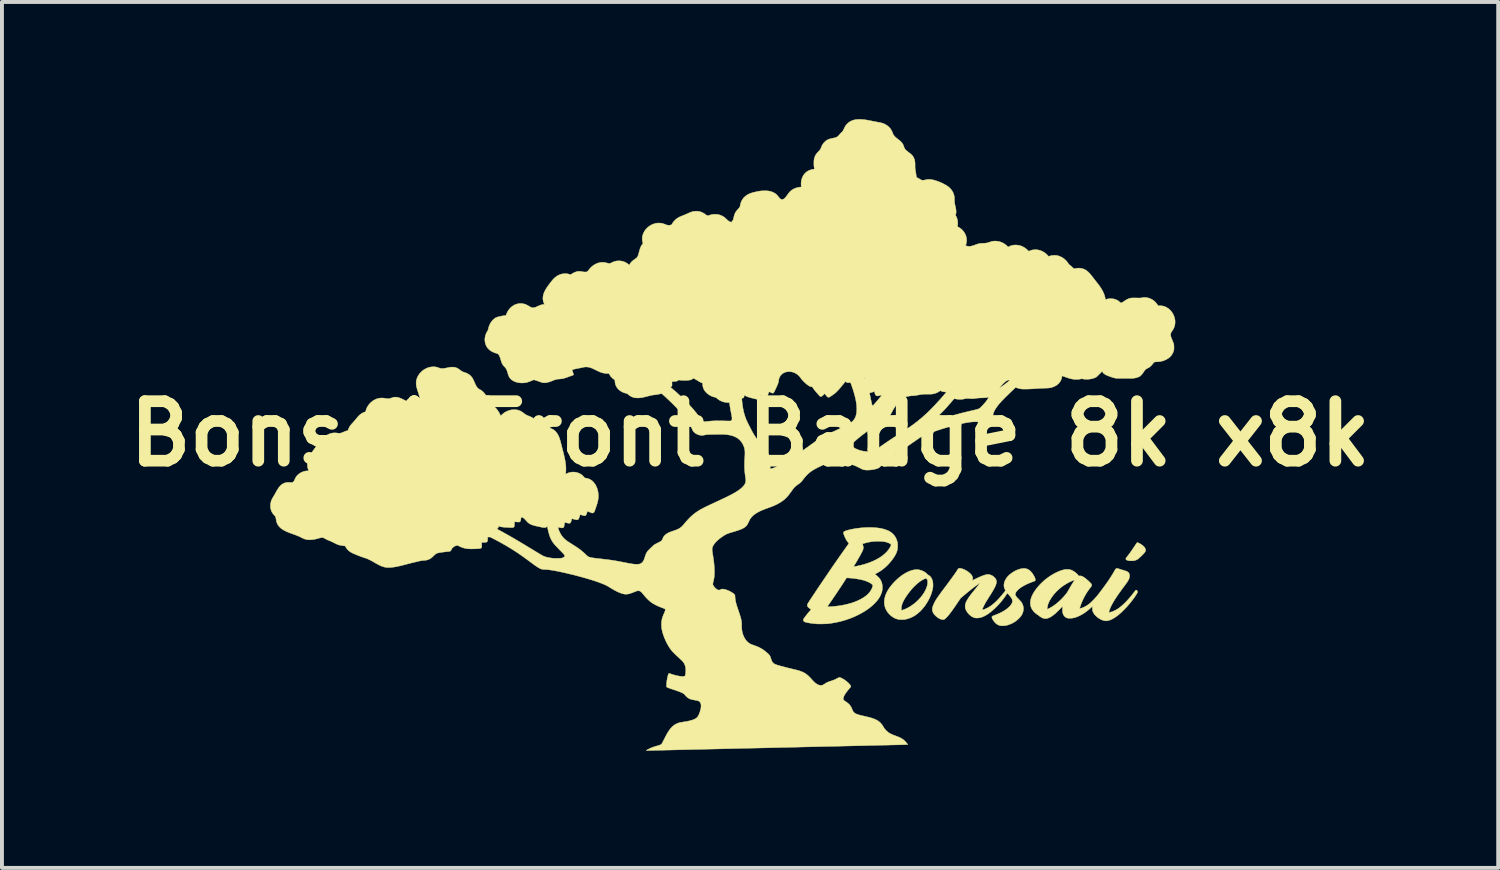
<source format=kicad_pcb>
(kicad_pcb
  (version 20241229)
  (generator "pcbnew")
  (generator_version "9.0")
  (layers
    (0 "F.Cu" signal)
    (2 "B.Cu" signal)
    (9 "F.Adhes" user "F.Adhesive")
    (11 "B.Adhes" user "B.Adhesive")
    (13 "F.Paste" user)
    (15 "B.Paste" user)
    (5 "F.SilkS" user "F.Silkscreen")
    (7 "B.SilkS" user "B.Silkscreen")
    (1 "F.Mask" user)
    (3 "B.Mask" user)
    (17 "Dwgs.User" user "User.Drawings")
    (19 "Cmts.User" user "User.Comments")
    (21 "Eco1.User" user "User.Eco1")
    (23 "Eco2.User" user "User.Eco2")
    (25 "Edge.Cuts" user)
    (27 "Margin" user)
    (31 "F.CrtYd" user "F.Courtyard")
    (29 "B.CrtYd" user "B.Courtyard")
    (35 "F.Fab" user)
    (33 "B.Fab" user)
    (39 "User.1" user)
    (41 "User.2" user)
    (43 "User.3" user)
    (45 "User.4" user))
  (footprint "Bonsai Front Badge 8k x8k"
    (layer "F.Cu")
    (at 16.154 8.056)
    (property "Reference" "Bonsai Front Badge 8k x8k" (at 0 0 0) (layer "F.SilkS") (effects (font (size 1.524 1.524) (thickness 0.3))))
    (attr through_hole)
    (fp_poly (pts (xy 9.918 2.785) (xy 9.927 2.787) (xy 9.939 2.792) (xy 9.955 2.8) (xy 9.96 2.802) (xy 9.996 2.821) (xy 10.028 2.842) (xy 10.057 2.864) (xy 10.081 2.886) (xy 10.101 2.909) (xy 10.115 2.932) (xy 10.124 2.954) (xy 10.128 2.976) (xy 10.128 2.984) (xy 10.125 2.998) (xy 10.12 3.012) (xy 10.112 3.027) (xy 10.099 3.043) (xy 10.083 3.063) (xy 10.073 3.074) (xy 10.057 3.091) (xy 10.039 3.109) (xy 10.02 3.127) (xy 10.001 3.146) (xy 9.981 3.164) (xy 9.963 3.18) (xy 9.948 3.194) (xy 9.936 3.204) (xy 9.933 3.206) (xy 9.91 3.22) (xy 9.883 3.233) (xy 9.854 3.243) (xy 9.847 3.245) (xy 9.825 3.249) (xy 9.798 3.252) (xy 9.77 3.253) (xy 9.741 3.253) (xy 9.715 3.251) (xy 9.693 3.248) (xy 9.669 3.242) (xy 9.649 3.235) (xy 9.634 3.228) (xy 9.628 3.222) (xy 9.623 3.213) (xy 9.622 3.202) (xy 9.622 3.197) (xy 9.622 3.193) (xy 9.624 3.188) (xy 9.627 3.183) (xy 9.631 3.176) (xy 9.638 3.166) (xy 9.648 3.154) (xy 9.661 3.137) (xy 9.671 3.124) (xy 9.692 3.097) (xy 9.712 3.071) (xy 9.732 3.043) (xy 9.753 3.013) (xy 9.776 2.981) (xy 9.8 2.945) (xy 9.827 2.905) (xy 9.836 2.892) (xy 9.851 2.87) (xy 9.865 2.848) (xy 9.878 2.829) (xy 9.889 2.813) (xy 9.898 2.8) (xy 9.904 2.791) (xy 9.907 2.787) (xy 9.907 2.787) (xy 9.912 2.785) (xy 9.918 2.785)) (stroke (width 0.01) (type solid)) (fill yes) (layer "F.SilkS"))
    (fp_poly (pts (xy 4.299 3.478) (xy 4.317 3.481) (xy 4.357 3.49) (xy 4.396 3.503) (xy 4.433 3.518) (xy 4.467 3.537) (xy 4.497 3.558) (xy 4.523 3.58) (xy 4.534 3.592) (xy 4.552 3.61) (xy 4.568 3.619) (xy 4.595 3.636) (xy 4.619 3.659) (xy 4.639 3.686) (xy 4.656 3.719) (xy 4.67 3.756) (xy 4.677 3.785) (xy 4.681 3.81) (xy 4.683 3.839) (xy 4.684 3.871) (xy 4.684 3.903) (xy 4.681 3.933) (xy 4.679 3.951) (xy 4.664 4.019) (xy 4.644 4.087) (xy 4.617 4.157) (xy 4.585 4.226) (xy 4.547 4.296) (xy 4.506 4.362) (xy 4.464 4.422) (xy 4.417 4.479) (xy 4.368 4.533) (xy 4.316 4.581) (xy 4.262 4.624) (xy 4.242 4.639) (xy 4.192 4.671) (xy 4.138 4.699) (xy 4.081 4.722) (xy 4.024 4.74) (xy 3.974 4.752) (xy 3.959 4.754) (xy 3.939 4.756) (xy 3.916 4.757) (xy 3.892 4.758) (xy 3.868 4.758) (xy 3.847 4.758) (xy 3.829 4.757) (xy 3.821 4.756) (xy 3.774 4.747) (xy 3.729 4.732) (xy 3.687 4.713) (xy 3.645 4.687) (xy 3.604 4.656) (xy 3.567 4.621) (xy 3.531 4.581) (xy 3.501 4.538) (xy 3.477 4.492) (xy 3.469 4.473) (xy 3.873 4.473) (xy 3.874 4.489) (xy 3.874 4.503) (xy 3.875 4.513) (xy 3.877 4.52) (xy 3.879 4.521) (xy 3.882 4.52) (xy 3.89 4.518) (xy 3.902 4.514) (xy 3.916 4.509) (xy 3.918 4.509) (xy 3.98 4.485) (xy 4.041 4.455) (xy 4.102 4.42) (xy 4.161 4.38) (xy 4.219 4.336) (xy 4.273 4.289) (xy 4.325 4.237) (xy 4.373 4.183) (xy 4.416 4.127) (xy 4.455 4.069) (xy 4.488 4.01) (xy 4.489 4.007) (xy 4.507 3.968) (xy 4.521 3.933) (xy 4.532 3.899) (xy 4.54 3.865) (xy 4.541 3.863) (xy 4.544 3.841) (xy 4.546 3.817) (xy 4.546 3.794) (xy 4.546 3.773) (xy 4.543 3.756) (xy 4.542 3.751) (xy 4.535 3.735) (xy 4.526 3.721) (xy 4.516 3.71) (xy 4.509 3.705) (xy 4.503 3.704) (xy 4.497 3.703) (xy 4.49 3.705) (xy 4.478 3.71) (xy 4.478 3.71) (xy 4.434 3.73) (xy 4.39 3.755) (xy 4.344 3.786) (xy 4.298 3.822) (xy 4.251 3.863) (xy 4.204 3.908) (xy 4.157 3.957) (xy 4.112 4.01) (xy 4.067 4.067) (xy 4.023 4.126) (xy 4.001 4.159) (xy 3.969 4.208) (xy 3.942 4.254) (xy 3.92 4.297) (xy 3.902 4.337) (xy 3.889 4.375) (xy 3.88 4.411) (xy 3.877 4.427) (xy 3.875 4.441) (xy 3.874 4.457) (xy 3.873 4.473) (xy 3.469 4.473) (xy 3.457 4.442) (xy 3.443 4.389) (xy 3.443 4.386) (xy 3.439 4.36) (xy 3.437 4.329) (xy 3.437 4.296) (xy 3.439 4.263) (xy 3.443 4.232) (xy 3.446 4.213) (xy 3.46 4.158) (xy 3.48 4.103) (xy 3.505 4.048) (xy 3.537 3.993) (xy 3.574 3.937) (xy 3.617 3.881) (xy 3.666 3.825) (xy 3.7 3.788) (xy 3.753 3.736) (xy 3.806 3.689) (xy 3.858 3.647) (xy 3.911 3.609) (xy 3.966 3.575) (xy 4.018 3.546) (xy 4.069 3.522) (xy 4.119 3.504) (xy 4.167 3.49) (xy 4.213 3.481) (xy 4.257 3.477) (xy 4.299 3.478)) (stroke (width 0.01) (type solid)) (fill yes) (layer "F.SilkS"))
    (fp_poly (pts (xy 3.112 2.399) (xy 3.19 2.403) (xy 3.265 2.41) (xy 3.324 2.418) (xy 3.38 2.429) (xy 3.433 2.443) (xy 3.484 2.46) (xy 3.531 2.479) (xy 3.573 2.5) (xy 3.599 2.516) (xy 3.638 2.546) (xy 3.673 2.58) (xy 3.704 2.619) (xy 3.73 2.661) (xy 3.751 2.706) (xy 3.757 2.724) (xy 3.765 2.749) (xy 3.771 2.77) (xy 3.775 2.789) (xy 3.778 2.809) (xy 3.779 2.83) (xy 3.78 2.856) (xy 3.78 2.872) (xy 3.779 2.894) (xy 3.779 2.911) (xy 3.778 2.925) (xy 3.777 2.938) (xy 3.775 2.95) (xy 3.772 2.963) (xy 3.771 2.97) (xy 3.762 3.003) (xy 3.752 3.033) (xy 3.74 3.062) (xy 3.725 3.092) (xy 3.707 3.124) (xy 3.686 3.158) (xy 3.636 3.229) (xy 3.582 3.296) (xy 3.525 3.358) (xy 3.465 3.416) (xy 3.401 3.468) (xy 3.336 3.515) (xy 3.268 3.556) (xy 3.225 3.579) (xy 3.213 3.585) (xy 3.204 3.59) (xy 3.198 3.593) (xy 3.197 3.594) (xy 3.2 3.597) (xy 3.206 3.602) (xy 3.215 3.609) (xy 3.219 3.612) (xy 3.234 3.624) (xy 3.252 3.639) (xy 3.27 3.657) (xy 3.288 3.674) (xy 3.304 3.691) (xy 3.316 3.706) (xy 3.318 3.708) (xy 3.343 3.747) (xy 3.363 3.789) (xy 3.377 3.832) (xy 3.385 3.879) (xy 3.389 3.929) (xy 3.389 3.934) (xy 3.387 3.97) (xy 3.384 4.004) (xy 3.377 4.037) (xy 3.366 4.072) (xy 3.365 4.075) (xy 3.348 4.119) (xy 3.328 4.162) (xy 3.303 4.204) (xy 3.274 4.246) (xy 3.24 4.288) (xy 3.2 4.332) (xy 3.194 4.338) (xy 3.136 4.394) (xy 3.073 4.447) (xy 3.003 4.499) (xy 2.928 4.548) (xy 2.847 4.595) (xy 2.761 4.64) (xy 2.652 4.691) (xy 2.541 4.735) (xy 2.428 4.773) (xy 2.314 4.805) (xy 2.198 4.831) (xy 2.081 4.851) (xy 1.988 4.863) (xy 1.972 4.864) (xy 1.951 4.865) (xy 1.927 4.866) (xy 1.9 4.867) (xy 1.871 4.868) (xy 1.842 4.869) (xy 1.814 4.869) (xy 1.787 4.869) (xy 1.763 4.869) (xy 1.744 4.869) (xy 1.729 4.869) (xy 1.729 4.869) (xy 1.685 4.865) (xy 1.642 4.861) (xy 1.599 4.856) (xy 1.558 4.851) (xy 1.518 4.845) (xy 1.483 4.838) (xy 1.451 4.832) (xy 1.424 4.825) (xy 1.407 4.819) (xy 1.387 4.81) (xy 1.374 4.798) (xy 1.366 4.784) (xy 1.364 4.767) (xy 1.368 4.749) (xy 1.372 4.74) (xy 1.378 4.73) (xy 1.387 4.715) (xy 1.4 4.698) (xy 1.416 4.677) (xy 1.434 4.654) (xy 1.453 4.629) (xy 1.474 4.604) (xy 1.495 4.578) (xy 1.517 4.552) (xy 1.525 4.543) (xy 1.537 4.529) (xy 1.547 4.517) (xy 1.555 4.507) (xy 1.56 4.5) (xy 1.562 4.498) (xy 1.56 4.496) (xy 1.553 4.491) (xy 1.543 4.484) (xy 1.536 4.479) (xy 1.519 4.467) (xy 1.503 4.454) (xy 1.489 4.441) (xy 1.478 4.429) (xy 1.478 4.428) (xy 1.978 4.428) (xy 1.981 4.429) (xy 1.99 4.429) (xy 2.003 4.429) (xy 2.019 4.428) (xy 2.039 4.427) (xy 2.06 4.426) (xy 2.083 4.425) (xy 2.105 4.423) (xy 2.127 4.421) (xy 2.131 4.421) (xy 2.233 4.41) (xy 2.33 4.396) (xy 2.423 4.378) (xy 2.512 4.357) (xy 2.597 4.333) (xy 2.676 4.306) (xy 2.751 4.275) (xy 2.821 4.242) (xy 2.885 4.206) (xy 2.912 4.189) (xy 2.961 4.154) (xy 3.004 4.118) (xy 3.041 4.08) (xy 3.073 4.041) (xy 3.099 4) (xy 3.112 3.977) (xy 3.12 3.958) (xy 3.128 3.939) (xy 3.134 3.919) (xy 3.139 3.902) (xy 3.143 3.887) (xy 3.143 3.88) (xy 3.141 3.874) (xy 3.134 3.866) (xy 3.124 3.857) (xy 3.112 3.846) (xy 3.099 3.836) (xy 3.09 3.829) (xy 3.064 3.814) (xy 3.033 3.798) (xy 2.998 3.783) (xy 2.96 3.768) (xy 2.921 3.755) (xy 2.891 3.746) (xy 2.845 3.735) (xy 2.795 3.725) (xy 2.741 3.716) (xy 2.685 3.707) (xy 2.629 3.7) (xy 2.573 3.695) (xy 2.519 3.691) (xy 2.512 3.691) (xy 2.471 3.688) (xy 2.44 3.737) (xy 2.415 3.777) (xy 2.386 3.821) (xy 2.355 3.868) (xy 2.322 3.919) (xy 2.287 3.971) (xy 2.251 4.025) (xy 2.215 4.079) (xy 2.179 4.133) (xy 2.143 4.185) (xy 2.109 4.236) (xy 2.076 4.284) (xy 2.045 4.329) (xy 2.038 4.339) (xy 2.023 4.36) (xy 2.01 4.379) (xy 1.999 4.396) (xy 1.99 4.41) (xy 1.983 4.42) (xy 1.979 4.426) (xy 1.978 4.428) (xy 1.478 4.428) (xy 1.472 4.42) (xy 1.472 4.419) (xy 1.466 4.402) (xy 1.466 4.382) (xy 1.468 4.371) (xy 1.469 4.367) (xy 1.471 4.363) (xy 1.474 4.357) (xy 1.477 4.351) (xy 1.481 4.343) (xy 1.487 4.333) (xy 1.494 4.322) (xy 1.503 4.308) (xy 1.514 4.291) (xy 1.526 4.272) (xy 1.541 4.249) (xy 1.558 4.223) (xy 1.578 4.193) (xy 1.601 4.159) (xy 1.627 4.12) (xy 1.656 4.077) (xy 1.683 4.035) (xy 1.749 3.937) (xy 1.816 3.837) (xy 1.884 3.737) (xy 1.952 3.637) (xy 2.019 3.538) (xy 2.086 3.44) (xy 2.113 3.401) (xy 2.651 3.401) (xy 2.669 3.399) (xy 2.678 3.398) (xy 2.691 3.396) (xy 2.709 3.393) (xy 2.728 3.389) (xy 2.743 3.386) (xy 2.83 3.367) (xy 2.914 3.345) (xy 2.995 3.32) (xy 3.072 3.292) (xy 3.145 3.262) (xy 3.214 3.229) (xy 3.279 3.194) (xy 3.339 3.157) (xy 3.394 3.118) (xy 3.444 3.077) (xy 3.489 3.034) (xy 3.528 2.99) (xy 3.562 2.944) (xy 3.59 2.896) (xy 3.596 2.884) (xy 3.604 2.868) (xy 3.609 2.856) (xy 3.611 2.848) (xy 3.611 2.841) (xy 3.609 2.836) (xy 3.603 2.83) (xy 3.598 2.826) (xy 3.574 2.808) (xy 3.544 2.793) (xy 3.509 2.78) (xy 3.469 2.769) (xy 3.423 2.761) (xy 3.373 2.756) (xy 3.318 2.752) (xy 3.275 2.752) (xy 3.227 2.753) (xy 3.181 2.755) (xy 3.138 2.759) (xy 3.094 2.765) (xy 3.047 2.774) (xy 3.018 2.78) (xy 3.002 2.783) (xy 2.984 2.788) (xy 2.965 2.793) (xy 2.946 2.798) (xy 2.927 2.803) (xy 2.91 2.808) (xy 2.896 2.812) (xy 2.886 2.815) (xy 2.881 2.818) (xy 2.88 2.818) (xy 2.881 2.821) (xy 2.883 2.829) (xy 2.886 2.84) (xy 2.887 2.844) (xy 2.896 2.878) (xy 2.9 2.909) (xy 2.898 2.939) (xy 2.891 2.968) (xy 2.885 2.985) (xy 2.876 3.003) (xy 2.865 3.026) (xy 2.851 3.053) (xy 2.834 3.084) (xy 2.816 3.119) (xy 2.795 3.156) (xy 2.772 3.195) (xy 2.749 3.236) (xy 2.724 3.278) (xy 2.699 3.321) (xy 2.693 3.33) (xy 2.651 3.401) (xy 2.113 3.401) (xy 2.152 3.344) (xy 2.217 3.251) (xy 2.28 3.161) (xy 2.341 3.074) (xy 2.399 2.991) (xy 2.454 2.914) (xy 2.46 2.906) (xy 2.475 2.884) (xy 2.49 2.863) (xy 2.503 2.845) (xy 2.514 2.829) (xy 2.522 2.817) (xy 2.528 2.809) (xy 2.53 2.805) (xy 2.53 2.805) (xy 2.528 2.802) (xy 2.523 2.795) (xy 2.515 2.787) (xy 2.512 2.783) (xy 2.491 2.758) (xy 2.471 2.727) (xy 2.45 2.692) (xy 2.431 2.652) (xy 2.413 2.609) (xy 2.397 2.566) (xy 2.393 2.551) (xy 2.391 2.538) (xy 2.392 2.527) (xy 2.397 2.517) (xy 2.404 2.508) (xy 2.416 2.499) (xy 2.433 2.491) (xy 2.454 2.483) (xy 2.48 2.475) (xy 2.512 2.466) (xy 2.538 2.459) (xy 2.616 2.442) (xy 2.697 2.427) (xy 2.78 2.416) (xy 2.864 2.407) (xy 2.948 2.401) (xy 3.031 2.399) (xy 3.112 2.399)) (stroke (width 0.01) (type solid)) (fill yes) (layer "F.SilkS"))
    (fp_poly (pts (xy 5.377 3.444) (xy 5.387 3.445) (xy 5.421 3.452) (xy 5.457 3.465) (xy 5.495 3.481) (xy 5.533 3.501) (xy 5.57 3.525) (xy 5.605 3.551) (xy 5.614 3.558) (xy 5.643 3.585) (xy 5.667 3.611) (xy 5.684 3.637) (xy 5.695 3.662) (xy 5.701 3.688) (xy 5.701 3.714) (xy 5.697 3.734) (xy 5.695 3.745) (xy 5.694 3.752) (xy 5.693 3.754) (xy 5.696 3.753) (xy 5.704 3.75) (xy 5.716 3.744) (xy 5.732 3.736) (xy 5.75 3.727) (xy 5.771 3.717) (xy 5.773 3.716) (xy 5.83 3.688) (xy 5.883 3.664) (xy 5.931 3.644) (xy 5.974 3.628) (xy 6.012 3.615) (xy 6.046 3.606) (xy 6.074 3.602) (xy 6.092 3.6) (xy 6.117 3.603) (xy 6.145 3.61) (xy 6.174 3.62) (xy 6.201 3.634) (xy 6.225 3.649) (xy 6.242 3.663) (xy 6.258 3.679) (xy 6.273 3.696) (xy 6.286 3.712) (xy 6.294 3.724) (xy 6.304 3.749) (xy 6.309 3.776) (xy 6.309 3.803) (xy 6.309 3.808) (xy 6.305 3.827) (xy 6.3 3.846) (xy 6.293 3.867) (xy 6.284 3.89) (xy 6.273 3.915) (xy 6.259 3.943) (xy 6.243 3.973) (xy 6.224 4.007) (xy 6.202 4.044) (xy 6.177 4.086) (xy 6.148 4.132) (xy 6.122 4.172) (xy 6.098 4.211) (xy 6.076 4.246) (xy 6.057 4.277) (xy 6.04 4.304) (xy 6.025 4.33) (xy 6.012 4.353) (xy 6 4.376) (xy 5.989 4.398) (xy 5.988 4.399) (xy 5.977 4.421) (xy 5.967 4.443) (xy 5.958 4.463) (xy 5.951 4.48) (xy 5.946 4.495) (xy 5.944 4.505) (xy 5.944 4.507) (xy 5.946 4.509) (xy 5.954 4.508) (xy 5.966 4.505) (xy 5.98 4.501) (xy 5.997 4.495) (xy 6.013 4.489) (xy 6.063 4.466) (xy 6.113 4.439) (xy 6.164 4.406) (xy 6.215 4.368) (xy 6.266 4.324) (xy 6.319 4.274) (xy 6.372 4.218) (xy 6.426 4.157) (xy 6.482 4.089) (xy 6.502 4.064) (xy 6.54 4.015) (xy 6.526 3.986) (xy 6.512 3.953) (xy 6.503 3.92) (xy 6.5 3.888) (xy 6.501 3.853) (xy 6.502 3.846) (xy 6.511 3.804) (xy 6.526 3.762) (xy 6.547 3.722) (xy 6.573 3.682) (xy 6.606 3.644) (xy 6.643 3.608) (xy 6.686 3.574) (xy 6.734 3.541) (xy 6.742 3.536) (xy 6.767 3.522) (xy 6.788 3.51) (xy 6.808 3.501) (xy 6.828 3.492) (xy 6.851 3.482) (xy 6.853 3.481) (xy 6.9 3.465) (xy 6.944 3.454) (xy 6.984 3.448) (xy 7.02 3.447) (xy 7.034 3.448) (xy 7.069 3.454) (xy 7.101 3.465) (xy 7.131 3.48) (xy 7.16 3.501) (xy 7.185 3.524) (xy 7.204 3.544) (xy 7.222 3.567) (xy 7.239 3.591) (xy 7.256 3.617) (xy 7.27 3.642) (xy 7.283 3.667) (xy 7.293 3.691) (xy 7.3 3.712) (xy 7.304 3.73) (xy 7.304 3.744) (xy 7.304 3.745) (xy 7.301 3.755) (xy 7.296 3.763) (xy 7.287 3.77) (xy 7.274 3.776) (xy 7.259 3.782) (xy 7.232 3.791) (xy 7.201 3.802) (xy 7.168 3.815) (xy 7.136 3.829) (xy 7.105 3.842) (xy 7.079 3.854) (xy 7.029 3.879) (xy 6.984 3.905) (xy 6.942 3.93) (xy 6.906 3.956) (xy 6.874 3.982) (xy 6.847 4.008) (xy 6.825 4.033) (xy 6.808 4.057) (xy 6.797 4.08) (xy 6.792 4.102) (xy 6.792 4.118) (xy 6.794 4.128) (xy 6.797 4.138) (xy 6.802 4.148) (xy 6.809 4.159) (xy 6.818 4.171) (xy 6.831 4.186) (xy 6.847 4.203) (xy 6.868 4.225) (xy 6.87 4.227) (xy 6.887 4.245) (xy 6.903 4.262) (xy 6.918 4.278) (xy 6.93 4.291) (xy 6.94 4.302) (xy 6.944 4.308) (xy 6.967 4.346) (xy 6.984 4.385) (xy 6.995 4.426) (xy 7 4.467) (xy 6.998 4.51) (xy 6.99 4.554) (xy 6.99 4.555) (xy 6.978 4.591) (xy 6.962 4.626) (xy 6.942 4.659) (xy 6.916 4.693) (xy 6.885 4.726) (xy 6.839 4.769) (xy 6.79 4.806) (xy 6.739 4.838) (xy 6.684 4.865) (xy 6.625 4.888) (xy 6.62 4.89) (xy 6.585 4.9) (xy 6.55 4.908) (xy 6.514 4.913) (xy 6.48 4.916) (xy 6.449 4.917) (xy 6.423 4.915) (xy 6.421 4.915) (xy 6.387 4.907) (xy 6.355 4.895) (xy 6.325 4.879) (xy 6.297 4.858) (xy 6.269 4.831) (xy 6.243 4.799) (xy 6.231 4.784) (xy 6.221 4.767) (xy 6.211 4.75) (xy 6.202 4.732) (xy 6.196 4.716) (xy 6.192 4.702) (xy 6.191 4.696) (xy 6.192 4.689) (xy 6.194 4.683) (xy 6.197 4.677) (xy 6.204 4.671) (xy 6.214 4.666) (xy 6.228 4.659) (xy 6.247 4.652) (xy 6.267 4.644) (xy 6.337 4.616) (xy 6.4 4.588) (xy 6.458 4.559) (xy 6.51 4.528) (xy 6.557 4.497) (xy 6.599 4.464) (xy 6.625 4.44) (xy 6.653 4.413) (xy 6.675 4.386) (xy 6.692 4.362) (xy 6.705 4.337) (xy 6.713 4.313) (xy 6.714 4.312) (xy 6.718 4.288) (xy 6.716 4.266) (xy 6.71 4.242) (xy 6.699 4.218) (xy 6.686 4.198) (xy 6.68 4.189) (xy 6.671 4.177) (xy 6.66 4.163) (xy 6.648 4.149) (xy 6.635 4.133) (xy 6.623 4.118) (xy 6.611 4.105) (xy 6.601 4.094) (xy 6.593 4.085) (xy 6.589 4.081) (xy 6.588 4.081) (xy 6.585 4.082) (xy 6.581 4.088) (xy 6.578 4.092) (xy 6.544 4.145) (xy 6.506 4.199) (xy 6.464 4.254) (xy 6.419 4.309) (xy 6.373 4.362) (xy 6.324 4.414) (xy 6.275 4.463) (xy 6.225 4.508) (xy 6.176 4.55) (xy 6.129 4.587) (xy 6.095 4.611) (xy 6.046 4.642) (xy 6 4.667) (xy 5.957 4.687) (xy 5.914 4.702) (xy 5.873 4.711) (xy 5.832 4.717) (xy 5.821 4.717) (xy 5.791 4.717) (xy 5.765 4.715) (xy 5.74 4.709) (xy 5.715 4.699) (xy 5.698 4.691) (xy 5.666 4.673) (xy 5.635 4.649) (xy 5.606 4.622) (xy 5.579 4.592) (xy 5.555 4.559) (xy 5.535 4.526) (xy 5.52 4.492) (xy 5.513 4.47) (xy 5.509 4.448) (xy 5.507 4.421) (xy 5.508 4.394) (xy 5.511 4.368) (xy 5.515 4.353) (xy 5.524 4.326) (xy 5.536 4.298) (xy 5.552 4.266) (xy 5.573 4.232) (xy 5.597 4.195) (xy 5.625 4.154) (xy 5.658 4.11) (xy 5.696 4.062) (xy 5.734 4.015) (xy 5.759 3.984) (xy 5.782 3.956) (xy 5.804 3.928) (xy 5.824 3.903) (xy 5.841 3.881) (xy 5.856 3.861) (xy 5.868 3.845) (xy 5.877 3.833) (xy 5.882 3.825) (xy 5.883 3.821) (xy 5.881 3.822) (xy 5.874 3.826) (xy 5.863 3.833) (xy 5.848 3.843) (xy 5.831 3.856) (xy 5.81 3.871) (xy 5.788 3.888) (xy 5.763 3.906) (xy 5.738 3.925) (xy 5.712 3.946) (xy 5.685 3.966) (xy 5.658 3.987) (xy 5.633 4.008) (xy 5.621 4.017) (xy 5.597 4.036) (xy 5.569 4.059) (xy 5.541 4.082) (xy 5.512 4.106) (xy 5.486 4.128) (xy 5.469 4.142) (xy 5.394 4.205) (xy 5.344 4.278) (xy 5.307 4.333) (xy 5.273 4.382) (xy 5.243 4.427) (xy 5.215 4.467) (xy 5.189 4.503) (xy 5.166 4.536) (xy 5.144 4.565) (xy 5.125 4.591) (xy 5.107 4.614) (xy 5.1 4.623) (xy 5.085 4.641) (xy 5.069 4.66) (xy 5.052 4.679) (xy 5.035 4.697) (xy 5.018 4.714) (xy 5.002 4.728) (xy 4.989 4.74) (xy 4.979 4.748) (xy 4.974 4.751) (xy 4.954 4.757) (xy 4.931 4.758) (xy 4.906 4.754) (xy 4.879 4.746) (xy 4.851 4.733) (xy 4.821 4.717) (xy 4.792 4.697) (xy 4.763 4.673) (xy 4.742 4.653) (xy 4.717 4.626) (xy 4.698 4.6) (xy 4.683 4.573) (xy 4.673 4.545) (xy 4.667 4.515) (xy 4.667 4.514) (xy 4.666 4.489) (xy 4.668 4.463) (xy 4.675 4.435) (xy 4.685 4.403) (xy 4.699 4.368) (xy 4.71 4.345) (xy 4.72 4.325) (xy 4.73 4.305) (xy 4.741 4.285) (xy 4.753 4.264) (xy 4.766 4.242) (xy 4.781 4.219) (xy 4.798 4.194) (xy 4.817 4.167) (xy 4.838 4.137) (xy 4.862 4.104) (xy 4.888 4.067) (xy 4.918 4.027) (xy 4.952 3.982) (xy 4.977 3.948) (xy 5.025 3.885) (xy 5.068 3.826) (xy 5.108 3.772) (xy 5.144 3.723) (xy 5.177 3.678) (xy 5.206 3.638) (xy 5.232 3.601) (xy 5.254 3.57) (xy 5.273 3.542) (xy 5.289 3.518) (xy 5.302 3.497) (xy 5.305 3.493) (xy 5.317 3.473) (xy 5.328 3.46) (xy 5.338 3.45) (xy 5.349 3.445) (xy 5.362 3.443) (xy 5.377 3.444)) (stroke (width 0.01) (type solid)) (fill yes) (layer "F.SilkS"))
    (fp_poly (pts (xy 9.403 3.447) (xy 9.421 3.451) (xy 9.443 3.458) (xy 9.449 3.46) (xy 9.469 3.467) (xy 9.491 3.473) (xy 9.511 3.48) (xy 9.529 3.485) (xy 9.533 3.486) (xy 9.567 3.496) (xy 9.595 3.505) (xy 9.619 3.513) (xy 9.638 3.52) (xy 9.654 3.528) (xy 9.667 3.535) (xy 9.678 3.543) (xy 9.687 3.552) (xy 9.69 3.555) (xy 9.705 3.576) (xy 9.714 3.6) (xy 9.718 3.626) (xy 9.717 3.655) (xy 9.711 3.687) (xy 9.699 3.72) (xy 9.682 3.755) (xy 9.663 3.787) (xy 9.656 3.797) (xy 9.647 3.81) (xy 9.634 3.827) (xy 9.62 3.847) (xy 9.605 3.868) (xy 9.589 3.889) (xy 9.584 3.896) (xy 9.531 3.967) (xy 9.482 4.035) (xy 9.437 4.098) (xy 9.396 4.157) (xy 9.359 4.213) (xy 9.326 4.265) (xy 9.297 4.314) (xy 9.271 4.36) (xy 9.248 4.404) (xy 9.231 4.439) (xy 9.221 4.464) (xy 9.211 4.488) (xy 9.202 4.512) (xy 9.196 4.533) (xy 9.191 4.551) (xy 9.19 4.559) (xy 9.188 4.575) (xy 9.2 4.573) (xy 9.238 4.565) (xy 9.278 4.552) (xy 9.32 4.534) (xy 9.363 4.513) (xy 9.406 4.488) (xy 9.448 4.459) (xy 9.452 4.456) (xy 9.505 4.414) (xy 9.559 4.366) (xy 9.615 4.312) (xy 9.671 4.253) (xy 9.727 4.189) (xy 9.784 4.119) (xy 9.818 4.075) (xy 9.835 4.053) (xy 9.849 4.035) (xy 9.86 4.021) (xy 9.869 4.011) (xy 9.876 4.004) (xy 9.881 4.001) (xy 9.886 4) (xy 9.89 4.001) (xy 9.894 4.004) (xy 9.899 4.008) (xy 9.9 4.009) (xy 9.912 4.021) (xy 9.919 4.033) (xy 9.922 4.045) (xy 9.92 4.058) (xy 9.913 4.074) (xy 9.906 4.088) (xy 9.885 4.121) (xy 9.861 4.158) (xy 9.834 4.198) (xy 9.803 4.24) (xy 9.77 4.283) (xy 9.736 4.326) (xy 9.7 4.369) (xy 9.664 4.41) (xy 9.65 4.426) (xy 9.633 4.445) (xy 9.612 4.467) (xy 9.589 4.49) (xy 9.565 4.514) (xy 9.541 4.538) (xy 9.518 4.561) (xy 9.496 4.581) (xy 9.478 4.598) (xy 9.469 4.606) (xy 9.418 4.648) (xy 9.369 4.685) (xy 9.321 4.716) (xy 9.275 4.743) (xy 9.23 4.763) (xy 9.188 4.778) (xy 9.148 4.787) (xy 9.14 4.788) (xy 9.128 4.789) (xy 9.118 4.79) (xy 9.112 4.791) (xy 9.111 4.791) (xy 9.106 4.79) (xy 9.097 4.789) (xy 9.096 4.789) (xy 9.056 4.782) (xy 9.016 4.769) (xy 8.974 4.75) (xy 8.933 4.727) (xy 8.893 4.698) (xy 8.872 4.68) (xy 8.843 4.653) (xy 8.82 4.627) (xy 8.801 4.599) (xy 8.785 4.57) (xy 8.774 4.544) (xy 8.771 4.533) (xy 8.768 4.524) (xy 8.766 4.515) (xy 8.765 4.504) (xy 8.765 4.491) (xy 8.765 4.474) (xy 8.765 4.468) (xy 8.765 4.449) (xy 8.764 4.435) (xy 8.763 4.427) (xy 8.761 4.423) (xy 8.758 4.424) (xy 8.753 4.428) (xy 8.745 4.436) (xy 8.744 4.437) (xy 8.736 4.445) (xy 8.724 4.456) (xy 8.71 4.469) (xy 8.693 4.483) (xy 8.676 4.498) (xy 8.66 4.512) (xy 8.645 4.524) (xy 8.642 4.526) (xy 8.591 4.566) (xy 8.538 4.602) (xy 8.485 4.633) (xy 8.432 4.661) (xy 8.38 4.684) (xy 8.329 4.702) (xy 8.281 4.715) (xy 8.262 4.718) (xy 8.232 4.722) (xy 8.201 4.724) (xy 8.187 4.724) (xy 8.155 4.723) (xy 8.127 4.719) (xy 8.103 4.711) (xy 8.081 4.699) (xy 8.061 4.684) (xy 8.057 4.68) (xy 8.037 4.657) (xy 8.021 4.631) (xy 8.009 4.6) (xy 8.001 4.564) (xy 8.001 4.561) (xy 8 4.55) (xy 7.999 4.535) (xy 7.999 4.517) (xy 7.999 4.497) (xy 7.999 4.476) (xy 7.999 4.457) (xy 8 4.44) (xy 8.001 4.427) (xy 8.003 4.42) (xy 8.002 4.418) (xy 7.998 4.42) (xy 7.99 4.428) (xy 7.979 4.44) (xy 7.979 4.44) (xy 7.961 4.459) (xy 7.941 4.48) (xy 7.919 4.502) (xy 7.896 4.525) (xy 7.873 4.547) (xy 7.851 4.568) (xy 7.831 4.588) (xy 7.813 4.604) (xy 7.798 4.617) (xy 7.795 4.619) (xy 7.772 4.637) (xy 7.748 4.655) (xy 7.724 4.672) (xy 7.701 4.687) (xy 7.681 4.698) (xy 7.673 4.703) (xy 7.661 4.708) (xy 7.646 4.714) (xy 7.631 4.72) (xy 7.625 4.722) (xy 7.593 4.73) (xy 7.56 4.732) (xy 7.528 4.729) (xy 7.494 4.719) (xy 7.46 4.703) (xy 7.456 4.7) (xy 7.443 4.692) (xy 7.427 4.681) (xy 7.411 4.67) (xy 7.401 4.662) (xy 7.385 4.65) (xy 7.366 4.636) (xy 7.348 4.624) (xy 7.339 4.618) (xy 7.308 4.594) (xy 7.278 4.567) (xy 7.251 4.535) (xy 7.227 4.502) (xy 7.221 4.493) (xy 7.606 4.493) (xy 7.614 4.491) (xy 7.62 4.489) (xy 7.63 4.484) (xy 7.642 4.478) (xy 7.657 4.471) (xy 7.659 4.47) (xy 7.72 4.436) (xy 7.781 4.396) (xy 7.842 4.351) (xy 7.902 4.3) (xy 7.961 4.245) (xy 8.018 4.185) (xy 8.073 4.122) (xy 8.085 4.107) (xy 8.1 4.088) (xy 8.113 4.07) (xy 8.125 4.052) (xy 8.137 4.032) (xy 8.151 4.008) (xy 8.155 4) (xy 8.19 3.939) (xy 8.224 3.881) (xy 8.257 3.827) (xy 8.279 3.793) (xy 8.289 3.778) (xy 8.298 3.764) (xy 8.304 3.753) (xy 8.308 3.746) (xy 8.309 3.743) (xy 8.309 3.743) (xy 8.304 3.744) (xy 8.295 3.748) (xy 8.282 3.752) (xy 8.266 3.758) (xy 8.249 3.765) (xy 8.232 3.772) (xy 8.216 3.779) (xy 8.208 3.783) (xy 8.174 3.799) (xy 8.137 3.818) (xy 8.099 3.841) (xy 8.06 3.865) (xy 8.022 3.889) (xy 7.987 3.914) (xy 7.96 3.935) (xy 7.899 3.987) (xy 7.843 4.04) (xy 7.792 4.096) (xy 7.747 4.152) (xy 7.707 4.21) (xy 7.672 4.268) (xy 7.663 4.286) (xy 7.644 4.328) (xy 7.629 4.366) (xy 7.619 4.403) (xy 7.612 4.44) (xy 7.609 4.467) (xy 7.606 4.493) (xy 7.221 4.493) (xy 7.207 4.469) (xy 7.198 4.449) (xy 7.184 4.409) (xy 7.177 4.366) (xy 7.175 4.322) (xy 7.18 4.276) (xy 7.19 4.229) (xy 7.206 4.18) (xy 7.228 4.129) (xy 7.256 4.077) (xy 7.289 4.024) (xy 7.329 3.97) (xy 7.348 3.945) (xy 7.402 3.882) (xy 7.46 3.822) (xy 7.521 3.765) (xy 7.585 3.712) (xy 7.652 3.663) (xy 7.72 3.618) (xy 7.789 3.578) (xy 7.86 3.543) (xy 7.93 3.513) (xy 7.995 3.492) (xy 8.02 3.484) (xy 8.041 3.479) (xy 8.06 3.475) (xy 8.079 3.473) (xy 8.099 3.472) (xy 8.122 3.472) (xy 8.149 3.473) (xy 8.172 3.475) (xy 8.193 3.479) (xy 8.215 3.486) (xy 8.239 3.495) (xy 8.24 3.496) (xy 8.265 3.508) (xy 8.291 3.524) (xy 8.319 3.543) (xy 8.346 3.565) (xy 8.371 3.587) (xy 8.392 3.61) (xy 8.404 3.624) (xy 8.417 3.64) (xy 8.433 3.639) (xy 8.458 3.638) (xy 8.482 3.642) (xy 8.503 3.649) (xy 8.504 3.649) (xy 8.525 3.66) (xy 8.549 3.676) (xy 8.576 3.694) (xy 8.604 3.716) (xy 8.633 3.741) (xy 8.663 3.767) (xy 8.691 3.795) (xy 8.692 3.796) (xy 8.709 3.812) (xy 8.721 3.825) (xy 8.73 3.835) (xy 8.736 3.843) (xy 8.741 3.849) (xy 8.743 3.854) (xy 8.744 3.857) (xy 8.746 3.87) (xy 8.746 3.882) (xy 8.742 3.894) (xy 8.735 3.908) (xy 8.725 3.924) (xy 8.71 3.944) (xy 8.707 3.947) (xy 8.663 4.005) (xy 8.62 4.068) (xy 8.58 4.136) (xy 8.542 4.206) (xy 8.508 4.279) (xy 8.479 4.347) (xy 8.472 4.367) (xy 8.465 4.388) (xy 8.458 4.408) (xy 8.452 4.427) (xy 8.446 4.444) (xy 8.442 4.457) (xy 8.44 4.467) (xy 8.44 4.472) (xy 8.44 4.472) (xy 8.444 4.472) (xy 8.453 4.471) (xy 8.465 4.468) (xy 8.479 4.465) (xy 8.494 4.46) (xy 8.508 4.456) (xy 8.521 4.451) (xy 8.568 4.429) (xy 8.617 4.402) (xy 8.665 4.369) (xy 8.693 4.348) (xy 8.708 4.335) (xy 8.726 4.319) (xy 8.746 4.3) (xy 8.768 4.278) (xy 8.791 4.255) (xy 8.813 4.232) (xy 8.834 4.209) (xy 8.854 4.187) (xy 8.871 4.168) (xy 8.873 4.166) (xy 8.892 4.142) (xy 8.914 4.115) (xy 8.938 4.084) (xy 8.964 4.049) (xy 8.992 4.013) (xy 9.02 3.975) (xy 9.048 3.937) (xy 9.056 3.927) (xy 9.102 3.863) (xy 9.145 3.803) (xy 9.184 3.746) (xy 9.22 3.691) (xy 9.254 3.638) (xy 9.286 3.587) (xy 9.316 3.535) (xy 9.334 3.503) (xy 9.346 3.482) (xy 9.357 3.467) (xy 9.367 3.456) (xy 9.377 3.449) (xy 9.389 3.446) (xy 9.403 3.447)) (stroke (width 0.01) (type solid)) (fill yes) (layer "F.SilkS"))
    (fp_poly (pts (xy 2.853 -8.049) (xy 2.915 -8.043) (xy 2.951 -8.039) (xy 2.964 -8.037) (xy 2.983 -8.034) (xy 3.006 -8.03) (xy 3.032 -8.025) (xy 3.06 -8.019) (xy 3.089 -8.014) (xy 3.119 -8.008) (xy 3.121 -8.007) (xy 3.151 -8.001) (xy 3.181 -7.996) (xy 3.21 -7.99) (xy 3.237 -7.985) (xy 3.261 -7.98) (xy 3.28 -7.977) (xy 3.295 -7.974) (xy 3.296 -7.974) (xy 3.341 -7.965) (xy 3.381 -7.955) (xy 3.417 -7.943) (xy 3.451 -7.927) (xy 3.484 -7.909) (xy 3.516 -7.887) (xy 3.521 -7.883) (xy 3.553 -7.857) (xy 3.58 -7.828) (xy 3.605 -7.796) (xy 3.626 -7.759) (xy 3.645 -7.718) (xy 3.656 -7.69) (xy 3.663 -7.671) (xy 3.673 -7.653) (xy 3.685 -7.636) (xy 3.699 -7.618) (xy 3.718 -7.6) (xy 3.74 -7.58) (xy 3.767 -7.558) (xy 3.778 -7.549) (xy 3.803 -7.53) (xy 3.823 -7.514) (xy 3.839 -7.5) (xy 3.853 -7.488) (xy 3.864 -7.478) (xy 3.874 -7.467) (xy 3.883 -7.456) (xy 3.887 -7.451) (xy 3.909 -7.421) (xy 3.926 -7.387) (xy 3.938 -7.352) (xy 3.946 -7.329) (xy 3.956 -7.309) (xy 3.967 -7.29) (xy 3.982 -7.272) (xy 4.001 -7.254) (xy 4.024 -7.235) (xy 4.048 -7.216) (xy 4.078 -7.193) (xy 4.103 -7.173) (xy 4.124 -7.156) (xy 4.141 -7.139) (xy 4.155 -7.123) (xy 4.168 -7.108) (xy 4.178 -7.092) (xy 4.187 -7.075) (xy 4.188 -7.074) (xy 4.198 -7.051) (xy 4.207 -7.029) (xy 4.214 -7.007) (xy 4.219 -6.983) (xy 4.222 -6.957) (xy 4.224 -6.928) (xy 4.225 -6.894) (xy 4.225 -6.868) (xy 4.225 -6.843) (xy 4.225 -6.824) (xy 4.226 -6.809) (xy 4.226 -6.796) (xy 4.228 -6.783) (xy 4.229 -6.771) (xy 4.232 -6.756) (xy 4.235 -6.739) (xy 4.239 -6.718) (xy 4.243 -6.694) (xy 4.246 -6.671) (xy 4.249 -6.651) (xy 4.25 -6.644) (xy 4.253 -6.62) (xy 4.255 -6.601) (xy 4.258 -6.586) (xy 4.262 -6.575) (xy 4.267 -6.567) (xy 4.274 -6.56) (xy 4.283 -6.554) (xy 4.295 -6.548) (xy 4.301 -6.545) (xy 4.317 -6.537) (xy 4.334 -6.528) (xy 4.349 -6.519) (xy 4.354 -6.516) (xy 4.372 -6.505) (xy 4.388 -6.497) (xy 4.403 -6.493) (xy 4.419 -6.49) (xy 4.438 -6.491) (xy 4.459 -6.494) (xy 4.485 -6.5) (xy 4.491 -6.501) (xy 4.51 -6.506) (xy 4.526 -6.509) (xy 4.539 -6.511) (xy 4.552 -6.513) (xy 4.567 -6.513) (xy 4.58 -6.513) (xy 4.606 -6.512) (xy 4.631 -6.51) (xy 4.653 -6.507) (xy 4.653 -6.507) (xy 4.695 -6.498) (xy 4.74 -6.486) (xy 4.786 -6.471) (xy 4.833 -6.454) (xy 4.88 -6.435) (xy 4.925 -6.414) (xy 4.968 -6.392) (xy 5.009 -6.37) (xy 5.046 -6.347) (xy 5.078 -6.323) (xy 5.105 -6.301) (xy 5.109 -6.297) (xy 5.143 -6.261) (xy 5.171 -6.224) (xy 5.194 -6.184) (xy 5.212 -6.142) (xy 5.225 -6.097) (xy 5.227 -6.091) (xy 5.229 -6.08) (xy 5.231 -6.068) (xy 5.232 -6.055) (xy 5.233 -6.039) (xy 5.233 -6.018) (xy 5.234 -5.993) (xy 5.234 -5.991) (xy 5.234 -5.971) (xy 5.234 -5.954) (xy 5.235 -5.939) (xy 5.236 -5.926) (xy 5.237 -5.913) (xy 5.239 -5.899) (xy 5.242 -5.883) (xy 5.246 -5.865) (xy 5.251 -5.843) (xy 5.257 -5.816) (xy 5.259 -5.808) (xy 5.267 -5.771) (xy 5.272 -5.739) (xy 5.275 -5.711) (xy 5.276 -5.686) (xy 5.275 -5.661) (xy 5.271 -5.637) (xy 5.267 -5.621) (xy 5.261 -5.594) (xy 5.272 -5.576) (xy 5.29 -5.539) (xy 5.304 -5.499) (xy 5.313 -5.456) (xy 5.318 -5.413) (xy 5.318 -5.37) (xy 5.313 -5.334) (xy 5.311 -5.32) (xy 5.31 -5.312) (xy 5.31 -5.307) (xy 5.312 -5.305) (xy 5.312 -5.305) (xy 5.317 -5.302) (xy 5.325 -5.297) (xy 5.336 -5.291) (xy 5.343 -5.287) (xy 5.386 -5.259) (xy 5.425 -5.227) (xy 5.458 -5.191) (xy 5.487 -5.152) (xy 5.51 -5.109) (xy 5.526 -5.07) (xy 5.538 -5.026) (xy 5.544 -4.981) (xy 5.545 -4.935) (xy 5.539 -4.891) (xy 5.528 -4.847) (xy 5.526 -4.841) (xy 5.522 -4.83) (xy 5.519 -4.822) (xy 5.519 -4.818) (xy 5.519 -4.818) (xy 5.524 -4.816) (xy 5.533 -4.812) (xy 5.546 -4.809) (xy 5.56 -4.805) (xy 5.574 -4.802) (xy 5.586 -4.8) (xy 5.586 -4.8) (xy 5.602 -4.799) (xy 5.618 -4.798) (xy 5.635 -4.8) (xy 5.653 -4.803) (xy 5.673 -4.807) (xy 5.697 -4.814) (xy 5.724 -4.822) (xy 5.755 -4.833) (xy 5.787 -4.845) (xy 5.811 -4.854) (xy 5.832 -4.86) (xy 5.851 -4.866) (xy 5.869 -4.87) (xy 5.889 -4.872) (xy 5.911 -4.874) (xy 5.936 -4.876) (xy 5.961 -4.877) (xy 5.99 -4.878) (xy 6.015 -4.88) (xy 6.036 -4.882) (xy 6.055 -4.885) (xy 6.074 -4.889) (xy 6.094 -4.894) (xy 6.117 -4.901) (xy 6.144 -4.91) (xy 6.172 -4.919) (xy 6.197 -4.926) (xy 6.219 -4.93) (xy 6.242 -4.933) (xy 6.266 -4.934) (xy 6.279 -4.934) (xy 6.33 -4.931) (xy 6.38 -4.922) (xy 6.428 -4.906) (xy 6.475 -4.885) (xy 6.52 -4.858) (xy 6.563 -4.825) (xy 6.582 -4.808) (xy 6.609 -4.782) (xy 6.631 -4.793) (xy 6.668 -4.811) (xy 6.707 -4.823) (xy 6.747 -4.831) (xy 6.79 -4.834) (xy 6.801 -4.834) (xy 6.852 -4.83) (xy 6.901 -4.821) (xy 6.949 -4.806) (xy 6.996 -4.784) (xy 7.04 -4.757) (xy 7.082 -4.724) (xy 7.105 -4.703) (xy 7.135 -4.673) (xy 7.161 -4.685) (xy 7.206 -4.701) (xy 7.252 -4.71) (xy 7.299 -4.714) (xy 7.346 -4.712) (xy 7.393 -4.704) (xy 7.44 -4.69) (xy 7.485 -4.67) (xy 7.53 -4.645) (xy 7.555 -4.627) (xy 7.573 -4.613) (xy 7.591 -4.597) (xy 7.61 -4.579) (xy 7.626 -4.562) (xy 7.633 -4.554) (xy 7.644 -4.54) (xy 7.67 -4.55) (xy 7.713 -4.562) (xy 7.758 -4.569) (xy 7.804 -4.57) (xy 7.85 -4.566) (xy 7.896 -4.555) (xy 7.915 -4.549) (xy 7.963 -4.529) (xy 8.009 -4.503) (xy 8.051 -4.472) (xy 8.089 -4.436) (xy 8.124 -4.396) (xy 8.151 -4.355) (xy 8.16 -4.343) (xy 8.171 -4.331) (xy 8.187 -4.319) (xy 8.188 -4.318) (xy 8.201 -4.308) (xy 8.216 -4.295) (xy 8.232 -4.281) (xy 8.245 -4.269) (xy 8.257 -4.258) (xy 8.269 -4.247) (xy 8.279 -4.239) (xy 8.285 -4.235) (xy 8.286 -4.234) (xy 8.297 -4.23) (xy 8.312 -4.229) (xy 8.33 -4.231) (xy 8.353 -4.235) (xy 8.354 -4.236) (xy 8.368 -4.239) (xy 8.38 -4.24) (xy 8.393 -4.241) (xy 8.408 -4.241) (xy 8.428 -4.241) (xy 8.472 -4.237) (xy 8.513 -4.228) (xy 8.551 -4.215) (xy 8.588 -4.196) (xy 8.599 -4.189) (xy 8.618 -4.176) (xy 8.636 -4.162) (xy 8.654 -4.147) (xy 8.671 -4.131) (xy 8.69 -4.111) (xy 8.71 -4.089) (xy 8.731 -4.063) (xy 8.755 -4.033) (xy 8.782 -3.999) (xy 8.784 -3.995) (xy 8.801 -3.974) (xy 8.819 -3.95) (xy 8.838 -3.926) (xy 8.856 -3.903) (xy 8.872 -3.883) (xy 8.875 -3.879) (xy 8.916 -3.827) (xy 8.951 -3.779) (xy 8.982 -3.732) (xy 9.009 -3.688) (xy 9.033 -3.645) (xy 9.052 -3.602) (xy 9.06 -3.584) (xy 9.07 -3.558) (xy 9.079 -3.53) (xy 9.086 -3.503) (xy 9.092 -3.477) (xy 9.095 -3.457) (xy 9.096 -3.446) (xy 9.097 -3.438) (xy 9.098 -3.435) (xy 9.098 -3.435) (xy 9.101 -3.436) (xy 9.108 -3.439) (xy 9.119 -3.442) (xy 9.122 -3.443) (xy 9.164 -3.455) (xy 9.209 -3.46) (xy 9.254 -3.46) (xy 9.299 -3.455) (xy 9.343 -3.444) (xy 9.385 -3.428) (xy 9.395 -3.423) (xy 9.412 -3.414) (xy 9.426 -3.405) (xy 9.44 -3.394) (xy 9.456 -3.381) (xy 9.464 -3.374) (xy 9.475 -3.364) (xy 9.484 -3.358) (xy 9.49 -3.354) (xy 9.496 -3.353) (xy 9.501 -3.353) (xy 9.51 -3.354) (xy 9.52 -3.357) (xy 9.531 -3.363) (xy 9.546 -3.373) (xy 9.565 -3.386) (xy 9.573 -3.391) (xy 9.612 -3.418) (xy 9.649 -3.439) (xy 9.685 -3.456) (xy 9.721 -3.468) (xy 9.725 -3.469) (xy 9.736 -3.472) (xy 9.748 -3.474) (xy 9.762 -3.476) (xy 9.777 -3.477) (xy 9.796 -3.478) (xy 9.818 -3.478) (xy 9.845 -3.478) (xy 9.876 -3.478) (xy 9.913 -3.477) (xy 9.928 -3.477) (xy 9.951 -3.476) (xy 9.97 -3.476) (xy 9.984 -3.476) (xy 9.997 -3.477) (xy 10.008 -3.478) (xy 10.02 -3.48) (xy 10.028 -3.482) (xy 10.055 -3.487) (xy 10.077 -3.49) (xy 10.096 -3.491) (xy 10.115 -3.491) (xy 10.135 -3.489) (xy 10.136 -3.489) (xy 10.184 -3.481) (xy 10.23 -3.467) (xy 10.274 -3.448) (xy 10.316 -3.423) (xy 10.354 -3.393) (xy 10.369 -3.379) (xy 10.384 -3.363) (xy 10.4 -3.345) (xy 10.415 -3.325) (xy 10.429 -3.307) (xy 10.436 -3.295) (xy 10.446 -3.278) (xy 10.483 -3.279) (xy 10.53 -3.278) (xy 10.575 -3.27) (xy 10.619 -3.257) (xy 10.66 -3.238) (xy 10.699 -3.214) (xy 10.736 -3.186) (xy 10.769 -3.153) (xy 10.799 -3.116) (xy 10.825 -3.075) (xy 10.847 -3.031) (xy 10.864 -2.984) (xy 10.876 -2.935) (xy 10.88 -2.912) (xy 10.882 -2.885) (xy 10.882 -2.856) (xy 10.881 -2.827) (xy 10.878 -2.802) (xy 10.876 -2.79) (xy 10.864 -2.743) (xy 10.847 -2.7) (xy 10.825 -2.66) (xy 10.811 -2.64) (xy 10.793 -2.614) (xy 10.78 -2.59) (xy 10.771 -2.568) (xy 10.768 -2.545) (xy 10.768 -2.523) (xy 10.769 -2.516) (xy 10.772 -2.503) (xy 10.775 -2.49) (xy 10.779 -2.476) (xy 10.785 -2.459) (xy 10.793 -2.438) (xy 10.803 -2.414) (xy 10.812 -2.393) (xy 10.82 -2.373) (xy 10.829 -2.352) (xy 10.836 -2.333) (xy 10.842 -2.316) (xy 10.845 -2.306) (xy 10.848 -2.294) (xy 10.85 -2.284) (xy 10.852 -2.274) (xy 10.853 -2.263) (xy 10.853 -2.248) (xy 10.853 -2.23) (xy 10.854 -2.215) (xy 10.854 -2.193) (xy 10.853 -2.176) (xy 10.853 -2.162) (xy 10.852 -2.152) (xy 10.85 -2.142) (xy 10.848 -2.132) (xy 10.846 -2.127) (xy 10.831 -2.083) (xy 10.81 -2.042) (xy 10.784 -2.004) (xy 10.753 -1.97) (xy 10.717 -1.939) (xy 10.675 -1.912) (xy 10.63 -1.889) (xy 10.616 -1.883) (xy 10.576 -1.868) (xy 10.537 -1.857) (xy 10.497 -1.849) (xy 10.454 -1.844) (xy 10.417 -1.842) (xy 10.396 -1.841) (xy 10.381 -1.84) (xy 10.369 -1.84) (xy 10.362 -1.838) (xy 10.356 -1.837) (xy 10.352 -1.835) (xy 10.348 -1.832) (xy 10.346 -1.831) (xy 10.34 -1.825) (xy 10.331 -1.815) (xy 10.32 -1.803) (xy 10.31 -1.79) (xy 10.285 -1.759) (xy 10.26 -1.733) (xy 10.234 -1.711) (xy 10.207 -1.693) (xy 10.18 -1.679) (xy 10.166 -1.672) (xy 10.152 -1.664) (xy 10.14 -1.657) (xy 10.137 -1.655) (xy 10.126 -1.645) (xy 10.113 -1.63) (xy 10.096 -1.61) (xy 10.077 -1.583) (xy 10.059 -1.557) (xy 10.039 -1.53) (xy 10.019 -1.507) (xy 9.999 -1.487) (xy 9.981 -1.472) (xy 9.979 -1.47) (xy 9.964 -1.462) (xy 9.945 -1.454) (xy 9.921 -1.445) (xy 9.896 -1.437) (xy 9.87 -1.43) (xy 9.863 -1.429) (xy 9.816 -1.421) (xy 9.769 -1.417) (xy 9.721 -1.418) (xy 9.717 -1.418) (xy 9.676 -1.42) (xy 9.629 -1.42) (xy 9.577 -1.42) (xy 9.52 -1.419) (xy 9.476 -1.418) (xy 9.45 -1.417) (xy 9.43 -1.417) (xy 9.414 -1.417) (xy 9.4 -1.417) (xy 9.389 -1.418) (xy 9.378 -1.419) (xy 9.369 -1.421) (xy 9.347 -1.425) (xy 9.32 -1.432) (xy 9.291 -1.44) (xy 9.259 -1.45) (xy 9.226 -1.461) (xy 9.195 -1.472) (xy 9.165 -1.484) (xy 9.139 -1.494) (xy 9.13 -1.498) (xy 9.101 -1.513) (xy 9.076 -1.528) (xy 9.055 -1.543) (xy 9.04 -1.558) (xy 9.03 -1.572) (xy 9.025 -1.586) (xy 9.026 -1.598) (xy 9.026 -1.598) (xy 9.028 -1.605) (xy 9.028 -1.609) (xy 9.028 -1.609) (xy 9.026 -1.607) (xy 9.019 -1.602) (xy 9.009 -1.592) (xy 8.996 -1.58) (xy 8.981 -1.565) (xy 8.964 -1.548) (xy 8.949 -1.533) (xy 8.93 -1.514) (xy 8.912 -1.496) (xy 8.895 -1.48) (xy 8.881 -1.466) (xy 8.869 -1.456) (xy 8.861 -1.449) (xy 8.858 -1.447) (xy 8.846 -1.441) (xy 8.83 -1.434) (xy 8.81 -1.427) (xy 8.789 -1.42) (xy 8.768 -1.414) (xy 8.748 -1.409) (xy 8.74 -1.407) (xy 8.692 -1.399) (xy 8.642 -1.395) (xy 8.593 -1.395) (xy 8.547 -1.399) (xy 8.524 -1.403) (xy 8.509 -1.406) (xy 8.498 -1.408) (xy 8.49 -1.408) (xy 8.482 -1.407) (xy 8.475 -1.405) (xy 8.425 -1.395) (xy 8.372 -1.391) (xy 8.317 -1.392) (xy 8.261 -1.399) (xy 8.212 -1.409) (xy 8.192 -1.415) (xy 8.173 -1.42) (xy 8.154 -1.425) (xy 8.134 -1.432) (xy 8.111 -1.439) (xy 8.086 -1.448) (xy 8.056 -1.459) (xy 8.037 -1.466) (xy 8.02 -1.472) (xy 8.006 -1.477) (xy 7.996 -1.481) (xy 7.991 -1.483) (xy 7.99 -1.483) (xy 7.989 -1.48) (xy 7.987 -1.473) (xy 7.987 -1.471) (xy 7.98 -1.434) (xy 7.971 -1.403) (xy 7.96 -1.374) (xy 7.946 -1.348) (xy 7.937 -1.334) (xy 7.91 -1.298) (xy 7.877 -1.266) (xy 7.84 -1.238) (xy 7.798 -1.215) (xy 7.752 -1.196) (xy 7.703 -1.181) (xy 7.687 -1.178) (xy 7.675 -1.175) (xy 7.662 -1.174) (xy 7.645 -1.172) (xy 7.626 -1.171) (xy 7.601 -1.17) (xy 7.572 -1.169) (xy 7.563 -1.168) (xy 7.533 -1.167) (xy 7.505 -1.166) (xy 7.479 -1.165) (xy 7.452 -1.164) (xy 7.425 -1.163) (xy 7.395 -1.161) (xy 7.363 -1.159) (xy 7.327 -1.157) (xy 7.286 -1.154) (xy 7.263 -1.152) (xy 7.233 -1.15) (xy 7.2 -1.149) (xy 7.164 -1.147) (xy 7.128 -1.146) (xy 7.095 -1.145) (xy 7.074 -1.144) (xy 7.04 -1.144) (xy 7.012 -1.144) (xy 6.987 -1.144) (xy 6.965 -1.145) (xy 6.945 -1.148) (xy 6.925 -1.151) (xy 6.904 -1.155) (xy 6.882 -1.161) (xy 6.856 -1.168) (xy 6.849 -1.17) (xy 6.798 -1.185) (xy 6.779 -1.168) (xy 6.735 -1.126) (xy 6.691 -1.085) (xy 6.649 -1.044) (xy 6.609 -1.005) (xy 6.571 -0.968) (xy 6.535 -0.933) (xy 6.503 -0.9) (xy 6.474 -0.87) (xy 6.448 -0.844) (xy 6.427 -0.821) (xy 6.424 -0.818) (xy 6.383 -0.771) (xy 6.347 -0.727) (xy 6.316 -0.686) (xy 6.29 -0.647) (xy 6.268 -0.611) (xy 6.25 -0.577) (xy 6.236 -0.544) (xy 6.226 -0.512) (xy 6.221 -0.488) (xy 6.217 -0.47) (xy 6.213 -0.455) (xy 6.208 -0.445) (xy 6.196 -0.428) (xy 6.178 -0.408) (xy 6.157 -0.388) (xy 6.132 -0.367) (xy 6.106 -0.346) (xy 6.078 -0.327) (xy 6.05 -0.309) (xy 6.022 -0.294) (xy 5.996 -0.282) (xy 5.988 -0.279) (xy 5.963 -0.271) (xy 5.942 -0.268) (xy 5.925 -0.269) (xy 5.916 -0.272) (xy 5.896 -0.283) (xy 5.879 -0.291) (xy 5.863 -0.297) (xy 5.847 -0.301) (xy 5.828 -0.304) (xy 5.806 -0.306) (xy 5.79 -0.307) (xy 5.751 -0.307) (xy 5.707 -0.305) (xy 5.657 -0.301) (xy 5.603 -0.294) (xy 5.545 -0.284) (xy 5.482 -0.273) (xy 5.415 -0.259) (xy 5.344 -0.243) (xy 5.271 -0.225) (xy 5.194 -0.205) (xy 5.114 -0.184) (xy 5.033 -0.16) (xy 4.949 -0.135) (xy 4.864 -0.108) (xy 4.812 -0.091) (xy 4.741 -0.067) (xy 4.675 -0.044) (xy 4.615 -0.022) (xy 4.56 -0.001) (xy 4.51 0.019) (xy 4.466 0.037) (xy 4.428 0.055) (xy 4.395 0.071) (xy 4.369 0.086) (xy 4.356 0.094) (xy 4.347 0.1) (xy 4.333 0.109) (xy 4.315 0.122) (xy 4.293 0.137) (xy 4.268 0.154) (xy 4.24 0.174) (xy 4.21 0.194) (xy 4.178 0.217) (xy 4.145 0.239) (xy 4.111 0.263) (xy 4.077 0.287) (xy 4.043 0.31) (xy 4.01 0.333) (xy 3.978 0.355) (xy 3.948 0.376) (xy 3.92 0.396) (xy 3.895 0.413) (xy 3.873 0.428) (xy 3.855 0.441) (xy 3.847 0.447) (xy 3.777 0.497) (xy 3.712 0.543) (xy 3.653 0.586) (xy 3.598 0.627) (xy 3.547 0.665) (xy 3.5 0.701) (xy 3.457 0.735) (xy 3.418 0.767) (xy 3.382 0.798) (xy 3.349 0.827) (xy 3.338 0.837) (xy 3.322 0.852) (xy 3.309 0.862) (xy 3.298 0.871) (xy 3.287 0.877) (xy 3.274 0.883) (xy 3.259 0.889) (xy 3.251 0.892) (xy 3.216 0.902) (xy 3.176 0.912) (xy 3.134 0.919) (xy 3.09 0.925) (xy 3.047 0.928) (xy 3.006 0.93) (xy 2.968 0.928) (xy 2.957 0.927) (xy 2.931 0.924) (xy 2.909 0.92) (xy 2.89 0.915) (xy 2.873 0.908) (xy 2.864 0.904) (xy 2.83 0.886) (xy 2.801 0.872) (xy 2.776 0.859) (xy 2.755 0.849) (xy 2.737 0.84) (xy 2.721 0.832) (xy 2.706 0.826) (xy 2.693 0.82) (xy 2.679 0.815) (xy 2.677 0.814) (xy 2.601 0.786) (xy 2.527 0.764) (xy 2.456 0.746) (xy 2.385 0.733) (xy 2.313 0.725) (xy 2.248 0.722) (xy 2.19 0.721) (xy 2.137 0.724) (xy 2.087 0.73) (xy 2.038 0.739) (xy 1.99 0.752) (xy 1.941 0.769) (xy 1.89 0.79) (xy 1.873 0.798) (xy 1.815 0.825) (xy 1.763 0.85) (xy 1.715 0.873) (xy 1.672 0.896) (xy 1.633 0.918) (xy 1.597 0.94) (xy 1.564 0.962) (xy 1.534 0.985) (xy 1.505 1.008) (xy 1.478 1.032) (xy 1.452 1.059) (xy 1.426 1.087) (xy 1.4 1.117) (xy 1.374 1.15) (xy 1.348 1.183) (xy 1.334 1.202) (xy 1.322 1.217) (xy 1.309 1.231) (xy 1.297 1.243) (xy 1.283 1.255) (xy 1.267 1.268) (xy 1.247 1.283) (xy 1.224 1.299) (xy 1.197 1.319) (xy 1.174 1.337) (xy 1.154 1.354) (xy 1.137 1.371) (xy 1.121 1.389) (xy 1.104 1.409) (xy 1.087 1.432) (xy 1.062 1.468) (xy 1.039 1.498) (xy 1.02 1.525) (xy 1.003 1.547) (xy 0.988 1.566) (xy 0.976 1.582) (xy 0.964 1.596) (xy 0.962 1.599) (xy 0.923 1.641) (xy 0.881 1.68) (xy 0.835 1.716) (xy 0.785 1.75) (xy 0.73 1.783) (xy 0.683 1.808) (xy 0.663 1.817) (xy 0.645 1.826) (xy 0.627 1.834) (xy 0.608 1.843) (xy 0.588 1.851) (xy 0.566 1.86) (xy 0.541 1.869) (xy 0.512 1.88) (xy 0.479 1.892) (xy 0.447 1.904) (xy 0.409 1.917) (xy 0.376 1.93) (xy 0.348 1.941) (xy 0.323 1.951) (xy 0.3 1.96) (xy 0.278 1.97) (xy 0.258 1.98) (xy 0.237 1.99) (xy 0.183 2.019) (xy 0.134 2.05) (xy 0.092 2.081) (xy 0.056 2.114) (xy 0.026 2.148) (xy 0.022 2.154) (xy 0.014 2.164) (xy 0.007 2.175) (xy 0.000344 2.185) (xy -0.006 2.197) (xy -0.014 2.212) (xy -0.023 2.23) (xy -0.033 2.252) (xy -0.039 2.264) (xy -0.048 2.282) (xy -0.057 2.299) (xy -0.065 2.315) (xy -0.072 2.327) (xy -0.075 2.332) (xy -0.09 2.351) (xy -0.107 2.369) (xy -0.127 2.386) (xy -0.149 2.403) (xy -0.176 2.418) (xy -0.206 2.434) (xy -0.241 2.449) (xy -0.281 2.464) (xy -0.325 2.479) (xy -0.376 2.495) (xy -0.421 2.508) (xy -0.46 2.52) (xy -0.494 2.53) (xy -0.524 2.539) (xy -0.549 2.548) (xy -0.572 2.556) (xy -0.592 2.564) (xy -0.611 2.573) (xy -0.629 2.582) (xy -0.647 2.592) (xy -0.665 2.604) (xy -0.685 2.617) (xy -0.688 2.619) (xy -0.743 2.657) (xy -0.792 2.694) (xy -0.834 2.731) (xy -0.871 2.766) (xy -0.902 2.801) (xy -0.927 2.836) (xy -0.947 2.869) (xy -0.951 2.878) (xy -0.959 2.896) (xy -0.965 2.913) (xy -0.968 2.929) (xy -0.971 2.947) (xy -0.971 2.967) (xy -0.97 2.989) (xy -0.967 3.015) (xy -0.962 3.046) (xy -0.959 3.066) (xy -0.946 3.149) (xy -0.935 3.226) (xy -0.926 3.298) (xy -0.919 3.365) (xy -0.915 3.428) (xy -0.912 3.486) (xy -0.912 3.542) (xy -0.912 3.567) (xy -0.914 3.607) (xy -0.916 3.642) (xy -0.919 3.673) (xy -0.924 3.704) (xy -0.93 3.734) (xy -0.937 3.767) (xy -0.938 3.771) (xy -0.945 3.798) (xy -0.949 3.819) (xy -0.952 3.836) (xy -0.952 3.85) (xy -0.951 3.862) (xy -0.948 3.873) (xy -0.945 3.879) (xy -0.933 3.9) (xy -0.916 3.921) (xy -0.898 3.942) (xy -0.877 3.962) (xy -0.857 3.978) (xy -0.838 3.99) (xy -0.837 3.991) (xy -0.816 3.999) (xy -0.796 4.002) (xy -0.778 4) (xy -0.768 3.996) (xy -0.758 3.99) (xy -0.747 3.985) (xy -0.745 3.984) (xy -0.726 3.977) (xy -0.703 3.975) (xy -0.676 3.978) (xy -0.643 3.984) (xy -0.608 3.995) (xy -0.575 4.007) (xy -0.541 4.021) (xy -0.508 4.038) (xy -0.476 4.056) (xy -0.448 4.074) (xy -0.423 4.092) (xy -0.408 4.107) (xy -0.388 4.126) (xy -0.386 4.155) (xy -0.384 4.186) (xy -0.381 4.215) (xy -0.378 4.242) (xy -0.373 4.27) (xy -0.368 4.298) (xy -0.361 4.327) (xy -0.353 4.358) (xy -0.343 4.392) (xy -0.331 4.429) (xy -0.318 4.47) (xy -0.302 4.515) (xy -0.295 4.537) (xy -0.278 4.587) (xy -0.263 4.632) (xy -0.25 4.673) (xy -0.24 4.71) (xy -0.231 4.743) (xy -0.225 4.773) (xy -0.22 4.802) (xy -0.216 4.829) (xy -0.215 4.855) (xy -0.214 4.881) (xy -0.215 4.906) (xy -0.215 4.938) (xy -0.214 4.973) (xy -0.21 5.01) (xy -0.205 5.046) (xy -0.202 5.066) (xy -0.189 5.117) (xy -0.172 5.166) (xy -0.151 5.211) (xy -0.127 5.253) (xy -0.1 5.291) (xy -0.07 5.324) (xy -0.038 5.352) (xy -0.003 5.375) (xy 0.007 5.38) (xy 0.016 5.384) (xy 0.03 5.39) (xy 0.048 5.397) (xy 0.067 5.405) (xy 0.088 5.412) (xy 0.092 5.413) (xy 0.134 5.429) (xy 0.171 5.443) (xy 0.203 5.456) (xy 0.233 5.47) (xy 0.26 5.484) (xy 0.287 5.498) (xy 0.313 5.515) (xy 0.325 5.523) (xy 0.348 5.538) (xy 0.372 5.556) (xy 0.396 5.575) (xy 0.42 5.595) (xy 0.443 5.614) (xy 0.463 5.633) (xy 0.481 5.651) (xy 0.495 5.666) (xy 0.505 5.679) (xy 0.507 5.682) (xy 0.51 5.69) (xy 0.515 5.702) (xy 0.521 5.718) (xy 0.528 5.736) (xy 0.533 5.753) (xy 0.54 5.773) (xy 0.547 5.791) (xy 0.553 5.807) (xy 0.558 5.82) (xy 0.561 5.827) (xy 0.573 5.845) (xy 0.589 5.863) (xy 0.607 5.879) (xy 0.626 5.893) (xy 0.634 5.897) (xy 0.645 5.902) (xy 0.658 5.907) (xy 0.673 5.913) (xy 0.691 5.919) (xy 0.713 5.926) (xy 0.737 5.933) (xy 0.766 5.941) (xy 0.798 5.95) (xy 0.835 5.96) (xy 0.876 5.97) (xy 0.921 5.982) (xy 0.972 5.995) (xy 1.029 6.009) (xy 1.09 6.024) (xy 1.158 6.04) (xy 1.212 6.054) (xy 1.26 6.068) (xy 1.304 6.083) (xy 1.344 6.099) (xy 1.38 6.117) (xy 1.415 6.137) (xy 1.447 6.16) (xy 1.48 6.186) (xy 1.512 6.216) (xy 1.546 6.25) (xy 1.581 6.289) (xy 1.589 6.298) (xy 1.615 6.327) (xy 1.638 6.351) (xy 1.66 6.371) (xy 1.68 6.388) (xy 1.7 6.402) (xy 1.721 6.414) (xy 1.725 6.416) (xy 1.746 6.427) (xy 1.765 6.434) (xy 1.782 6.438) (xy 1.801 6.44) (xy 1.811 6.44) (xy 1.828 6.44) (xy 1.842 6.438) (xy 1.855 6.435) (xy 1.869 6.429) (xy 1.885 6.42) (xy 1.904 6.408) (xy 1.914 6.402) (xy 1.934 6.388) (xy 1.953 6.377) (xy 1.97 6.368) (xy 1.989 6.359) (xy 2.01 6.35) (xy 2.034 6.342) (xy 2.064 6.332) (xy 2.067 6.331) (xy 2.101 6.32) (xy 2.132 6.309) (xy 2.159 6.298) (xy 2.185 6.286) (xy 2.212 6.272) (xy 2.233 6.261) (xy 2.25 6.252) (xy 2.261 6.246) (xy 2.27 6.242) (xy 2.277 6.24) (xy 2.283 6.239) (xy 2.289 6.239) (xy 2.291 6.24) (xy 2.31 6.243) (xy 2.333 6.252) (xy 2.359 6.264) (xy 2.386 6.279) (xy 2.415 6.298) (xy 2.445 6.319) (xy 2.474 6.342) (xy 2.502 6.366) (xy 2.523 6.386) (xy 2.539 6.403) (xy 2.552 6.417) (xy 2.561 6.428) (xy 2.568 6.438) (xy 2.571 6.445) (xy 2.576 6.456) (xy 2.58 6.465) (xy 2.581 6.471) (xy 2.581 6.471) (xy 2.579 6.476) (xy 2.574 6.484) (xy 2.566 6.494) (xy 2.561 6.5) (xy 2.528 6.539) (xy 2.498 6.576) (xy 2.471 6.611) (xy 2.448 6.643) (xy 2.429 6.672) (xy 2.414 6.697) (xy 2.411 6.702) (xy 2.399 6.731) (xy 2.391 6.757) (xy 2.387 6.78) (xy 2.389 6.799) (xy 2.395 6.815) (xy 2.406 6.827) (xy 2.407 6.828) (xy 2.412 6.831) (xy 2.422 6.838) (xy 2.434 6.846) (xy 2.448 6.856) (xy 2.455 6.861) (xy 2.489 6.885) (xy 2.518 6.909) (xy 2.543 6.933) (xy 2.564 6.959) (xy 2.582 6.987) (xy 2.599 7.018) (xy 2.614 7.054) (xy 2.618 7.063) (xy 2.627 7.086) (xy 2.636 7.104) (xy 2.645 7.118) (xy 2.655 7.13) (xy 2.665 7.138) (xy 2.679 7.149) (xy 2.694 7.159) (xy 2.711 7.168) (xy 2.729 7.177) (xy 2.751 7.185) (xy 2.776 7.193) (xy 2.804 7.201) (xy 2.838 7.21) (xy 2.876 7.219) (xy 2.915 7.228) (xy 2.94 7.234) (xy 2.967 7.24) (xy 2.993 7.246) (xy 3.017 7.251) (xy 3.038 7.257) (xy 3.046 7.259) (xy 3.105 7.275) (xy 3.158 7.293) (xy 3.205 7.312) (xy 3.247 7.333) (xy 3.285 7.356) (xy 3.318 7.382) (xy 3.347 7.41) (xy 3.373 7.441) (xy 3.396 7.475) (xy 3.401 7.483) (xy 3.425 7.523) (xy 3.451 7.559) (xy 3.48 7.592) (xy 3.488 7.599) (xy 3.511 7.621) (xy 3.535 7.641) (xy 3.56 7.659) (xy 3.587 7.675) (xy 3.618 7.69) (xy 3.653 7.706) (xy 3.693 7.722) (xy 3.697 7.723) (xy 3.733 7.736) (xy 3.763 7.748) (xy 3.788 7.758) (xy 3.809 7.766) (xy 3.828 7.774) (xy 3.843 7.781) (xy 3.854 7.787) (xy 3.897 7.812) (xy 3.935 7.84) (xy 3.969 7.871) (xy 4.001 7.907) (xy 4.021 7.933) (xy 4.039 7.958) (xy 4.008 7.959) (xy 4.003 7.959) (xy 3.993 7.959) (xy 3.976 7.96) (xy 3.953 7.96) (xy 3.924 7.961) (xy 3.89 7.962) (xy 3.85 7.963) (xy 3.805 7.964) (xy 3.755 7.965) (xy 3.699 7.966) (xy 3.638 7.967) (xy 3.573 7.969) (xy 3.503 7.971) (xy 3.428 7.972) (xy 3.348 7.974) (xy 3.265 7.976) (xy 3.177 7.978) (xy 3.085 7.98) (xy 2.989 7.982) (xy 2.889 7.985) (xy 2.786 7.987) (xy 2.679 7.989) (xy 2.569 7.992) (xy 2.455 7.994) (xy 2.338 7.997) (xy 2.219 8) (xy 2.096 8.003) (xy 1.971 8.005) (xy 1.843 8.008) (xy 1.713 8.011) (xy 1.58 8.014) (xy 1.445 8.017) (xy 1.308 8.02) (xy 1.169 8.024) (xy 1.029 8.027) (xy 0.886 8.03) (xy 0.742 8.033) (xy 0.702 8.034) (xy 0.557 8.037) (xy 0.415 8.041) (xy 0.273 8.044) (xy 0.134 8.047) (xy -0.004 8.05) (xy -0.14 8.053) (xy -0.273 8.056) (xy -0.404 8.059) (xy -0.533 8.062) (xy -0.659 8.065) (xy -0.783 8.068) (xy -0.904 8.071) (xy -1.022 8.073) (xy -1.136 8.076) (xy -1.248 8.079) (xy -1.356 8.081) (xy -1.461 8.083) (xy -1.562 8.086) (xy -1.659 8.088) (xy -1.753 8.09) (xy -1.842 8.092) (xy -1.928 8.094) (xy -2.009 8.096) (xy -2.085 8.098) (xy -2.157 8.099) (xy -2.224 8.101) (xy -2.287 8.102) (xy -2.344 8.104) (xy -2.397 8.105) (xy -2.444 8.106) (xy -2.486 8.107) (xy -2.522 8.108) (xy -2.553 8.108) (xy -2.578 8.109) (xy -2.597 8.109) (xy -2.609 8.11) (xy -2.616 8.11) (xy -2.617 8.11) (xy -2.633 8.11) (xy -2.646 8.11) (xy -2.655 8.11) (xy -2.659 8.109) (xy -2.659 8.109) (xy -2.655 8.106) (xy -2.646 8.1) (xy -2.634 8.093) (xy -2.619 8.084) (xy -2.601 8.075) (xy -2.583 8.065) (xy -2.577 8.062) (xy -2.549 8.049) (xy -2.521 8.037) (xy -2.491 8.025) (xy -2.457 8.014) (xy -2.42 8.002) (xy -2.387 7.993) (xy -2.356 7.984) (xy -2.33 7.976) (xy -2.309 7.968) (xy -2.293 7.962) (xy -2.28 7.955) (xy -2.271 7.949) (xy -2.266 7.944) (xy -2.262 7.939) (xy -2.257 7.93) (xy -2.249 7.915) (xy -2.239 7.898) (xy -2.229 7.877) (xy -2.217 7.854) (xy -2.204 7.829) (xy -2.202 7.825) (xy -2.188 7.797) (xy -2.174 7.77) (xy -2.16 7.743) (xy -2.146 7.717) (xy -2.134 7.694) (xy -2.124 7.675) (xy -2.116 7.663) (xy -2.085 7.613) (xy -2.054 7.569) (xy -2.023 7.531) (xy -1.991 7.498) (xy -1.958 7.47) (xy -1.925 7.447) (xy -1.894 7.43) (xy -1.872 7.419) (xy -1.851 7.411) (xy -1.829 7.403) (xy -1.805 7.396) (xy -1.779 7.39) (xy -1.748 7.385) (xy -1.713 7.379) (xy -1.699 7.377) (xy -1.636 7.367) (xy -1.579 7.356) (xy -1.528 7.343) (xy -1.482 7.33) (xy -1.442 7.315) (xy -1.407 7.298) (xy -1.379 7.281) (xy -1.357 7.263) (xy -1.346 7.251) (xy -1.333 7.231) (xy -1.319 7.207) (xy -1.306 7.178) (xy -1.293 7.146) (xy -1.282 7.113) (xy -1.272 7.079) (xy -1.264 7.046) (xy -1.258 7.015) (xy -1.255 6.987) (xy -1.255 6.987) (xy -1.255 6.951) (xy -1.259 6.921) (xy -1.267 6.895) (xy -1.28 6.874) (xy -1.297 6.856) (xy -1.318 6.842) (xy -1.337 6.835) (xy -1.345 6.833) (xy -1.358 6.83) (xy -1.374 6.826) (xy -1.394 6.823) (xy -1.414 6.819) (xy -1.418 6.819) (xy -1.459 6.811) (xy -1.494 6.803) (xy -1.524 6.794) (xy -1.551 6.784) (xy -1.575 6.771) (xy -1.598 6.756) (xy -1.619 6.738) (xy -1.641 6.716) (xy -1.664 6.691) (xy -1.669 6.684) (xy -1.679 6.673) (xy -1.69 6.663) (xy -1.703 6.654) (xy -1.718 6.644) (xy -1.736 6.634) (xy -1.758 6.624) (xy -1.783 6.613) (xy -1.812 6.602) (xy -1.845 6.59) (xy -1.883 6.576) (xy -1.927 6.561) (xy -1.962 6.55) (xy -2.001 6.537) (xy -2.034 6.526) (xy -2.061 6.517) (xy -2.084 6.508) (xy -2.102 6.501) (xy -2.116 6.495) (xy -2.126 6.49) (xy -2.133 6.485) (xy -2.134 6.484) (xy -2.137 6.481) (xy -2.138 6.477) (xy -2.139 6.469) (xy -2.14 6.458) (xy -2.14 6.441) (xy -2.14 6.441) (xy -2.139 6.414) (xy -2.137 6.385) (xy -2.134 6.354) (xy -2.13 6.324) (xy -2.125 6.293) (xy -2.12 6.263) (xy -2.114 6.234) (xy -2.107 6.208) (xy -2.101 6.184) (xy -2.094 6.164) (xy -2.087 6.149) (xy -2.081 6.138) (xy -2.075 6.133) (xy -2.07 6.133) (xy -2.061 6.136) (xy -2.049 6.14) (xy -2.044 6.142) (xy -2.012 6.154) (xy -1.977 6.166) (xy -1.94 6.176) (xy -1.903 6.186) (xy -1.865 6.195) (xy -1.829 6.202) (xy -1.794 6.207) (xy -1.762 6.211) (xy -1.733 6.213) (xy -1.709 6.213) (xy -1.701 6.212) (xy -1.688 6.209) (xy -1.677 6.205) (xy -1.673 6.203) (xy -1.667 6.199) (xy -1.664 6.194) (xy -1.661 6.188) (xy -1.659 6.177) (xy -1.657 6.167) (xy -1.649 6.113) (xy -1.646 6.062) (xy -1.648 6.013) (xy -1.655 5.968) (xy -1.667 5.926) (xy -1.683 5.887) (xy -1.705 5.853) (xy -1.711 5.845) (xy -1.725 5.828) (xy -1.745 5.807) (xy -1.769 5.784) (xy -1.797 5.757) (xy -1.829 5.728) (xy -1.845 5.713) (xy -1.88 5.682) (xy -1.912 5.651) (xy -1.943 5.621) (xy -1.97 5.593) (xy -1.994 5.567) (xy -2.013 5.545) (xy -2.014 5.544) (xy -2.055 5.488) (xy -2.094 5.426) (xy -2.131 5.36) (xy -2.165 5.289) (xy -2.192 5.226) (xy -2.212 5.173) (xy -2.229 5.124) (xy -2.242 5.078) (xy -2.253 5.035) (xy -2.261 4.993) (xy -2.266 4.952) (xy -2.269 4.91) (xy -2.269 4.905) (xy -2.269 4.852) (xy -2.265 4.802) (xy -2.256 4.751) (xy -2.242 4.701) (xy -2.224 4.649) (xy -2.208 4.613) (xy -2.195 4.583) (xy -2.185 4.559) (xy -2.177 4.539) (xy -2.173 4.522) (xy -2.171 4.51) (xy -2.172 4.499) (xy -2.176 4.491) (xy -2.182 4.485) (xy -2.192 4.479) (xy -2.204 4.473) (xy -2.205 4.473) (xy -2.215 4.469) (xy -2.23 4.463) (xy -2.247 4.456) (xy -2.267 4.449) (xy -2.287 4.441) (xy -2.289 4.44) (xy -2.347 4.417) (xy -2.399 4.393) (xy -2.447 4.368) (xy -2.491 4.342) (xy -2.533 4.313) (xy -2.573 4.282) (xy -2.611 4.247) (xy -2.65 4.208) (xy -2.689 4.165) (xy -2.729 4.117) (xy -2.736 4.108) (xy -2.756 4.084) (xy -2.774 4.064) (xy -2.79 4.048) (xy -2.805 4.037) (xy -2.819 4.029) (xy -2.834 4.024) (xy -2.849 4.021) (xy -2.854 4.02) (xy -2.865 4.02) (xy -2.877 4.021) (xy -2.889 4.023) (xy -2.902 4.026) (xy -2.919 4.032) (xy -2.939 4.04) (xy -2.964 4.05) (xy -2.97 4.052) (xy -3.012 4.069) (xy -3.05 4.082) (xy -3.083 4.093) (xy -3.114 4.101) (xy -3.142 4.105) (xy -3.169 4.107) (xy -3.195 4.107) (xy -3.222 4.104) (xy -3.25 4.098) (xy -3.267 4.094) (xy -3.302 4.083) (xy -3.341 4.068) (xy -3.383 4.05) (xy -3.43 4.027) (xy -3.48 4) (xy -3.535 3.968) (xy -3.591 3.934) (xy -3.62 3.917) (xy -3.646 3.901) (xy -3.672 3.887) (xy -3.698 3.874) (xy -3.725 3.862) (xy -3.755 3.849) (xy -3.787 3.836) (xy -3.825 3.822) (xy -3.847 3.813) (xy -3.905 3.792) (xy -3.969 3.77) (xy -4.038 3.748) (xy -4.111 3.726) (xy -4.188 3.703) (xy -4.267 3.68) (xy -4.348 3.658) (xy -4.431 3.636) (xy -4.514 3.614) (xy -4.598 3.594) (xy -4.681 3.574) (xy -4.762 3.555) (xy -4.841 3.538) (xy -4.917 3.522) (xy -4.99 3.508) (xy -5.058 3.496) (xy -5.097 3.49) (xy -5.13 3.485) (xy -5.16 3.481) (xy -5.188 3.478) (xy -5.214 3.476) (xy -5.24 3.475) (xy -5.248 3.475) (xy -5.268 3.475) (xy -5.287 3.473) (xy -5.304 3.472) (xy -5.321 3.469) (xy -5.338 3.465) (xy -5.355 3.459) (xy -5.373 3.452) (xy -5.392 3.443) (xy -5.412 3.432) (xy -5.434 3.418) (xy -5.459 3.402) (xy -5.487 3.383) (xy -5.518 3.362) (xy -5.552 3.337) (xy -5.591 3.308) (xy -5.634 3.276) (xy -5.642 3.27) (xy -5.702 3.226) (xy -5.759 3.184) (xy -5.812 3.146) (xy -5.862 3.111) (xy -5.91 3.077) (xy -5.957 3.045) (xy -6.004 3.014) (xy -6.051 2.984) (xy -6.099 2.954) (xy -6.149 2.923) (xy -6.194 2.896) (xy -6.267 2.853) (xy -6.343 2.809) (xy -6.419 2.767) (xy -6.494 2.727) (xy -6.567 2.689) (xy -6.6 2.672) (xy -6.661 2.642) (xy -6.718 2.646) (xy -6.719 2.694) (xy -6.72 2.718) (xy -6.721 2.737) (xy -6.725 2.752) (xy -6.731 2.763) (xy -6.739 2.77) (xy -6.752 2.775) (xy -6.769 2.778) (xy -6.79 2.78) (xy -6.814 2.781) (xy -6.87 2.782) (xy -6.87 2.841) (xy -6.87 2.863) (xy -6.87 2.879) (xy -6.87 2.89) (xy -6.871 2.899) (xy -6.872 2.905) (xy -6.874 2.91) (xy -6.875 2.912) (xy -6.879 2.919) (xy -6.883 2.924) (xy -6.888 2.928) (xy -6.895 2.932) (xy -6.904 2.935) (xy -6.916 2.937) (xy -6.932 2.939) (xy -6.952 2.941) (xy -6.977 2.943) (xy -7.008 2.944) (xy -7.018 2.945) (xy -7.077 2.947) (xy -7.129 2.948) (xy -7.177 2.947) (xy -7.222 2.944) (xy -7.263 2.939) (xy -7.301 2.932) (xy -7.338 2.922) (xy -7.374 2.91) (xy -7.409 2.896) (xy -7.442 2.881) (xy -7.49 2.856) (xy -7.514 2.862) (xy -7.547 2.872) (xy -7.578 2.888) (xy -7.606 2.909) (xy -7.607 2.911) (xy -7.62 2.923) (xy -7.63 2.935) (xy -7.638 2.948) (xy -7.642 2.958) (xy -7.653 2.979) (xy -7.664 2.994) (xy -7.674 3.004) (xy -7.685 3.009) (xy -7.686 3.01) (xy -7.695 3.011) (xy -7.707 3.013) (xy -7.722 3.014) (xy -7.726 3.015) (xy -7.751 3.017) (xy -7.781 3.02) (xy -7.813 3.024) (xy -7.846 3.028) (xy -7.88 3.033) (xy -7.913 3.038) (xy -7.943 3.043) (xy -7.97 3.047) (xy -7.988 3.051) (xy -8.003 3.055) (xy -8.016 3.059) (xy -8.028 3.064) (xy -8.039 3.07) (xy -8.051 3.079) (xy -8.065 3.091) (xy -8.082 3.106) (xy -8.101 3.124) (xy -8.126 3.148) (xy -8.148 3.168) (xy -8.169 3.184) (xy -8.187 3.197) (xy -8.206 3.207) (xy -8.224 3.216) (xy -8.226 3.216) (xy -8.251 3.226) (xy -8.277 3.233) (xy -8.304 3.238) (xy -8.336 3.241) (xy -8.344 3.242) (xy -8.371 3.244) (xy -8.396 3.247) (xy -8.42 3.25) (xy -8.446 3.255) (xy -8.474 3.261) (xy -8.506 3.269) (xy -8.529 3.274) (xy -8.556 3.281) (xy -8.584 3.287) (xy -8.609 3.293) (xy -8.619 3.295) (xy -8.638 3.3) (xy -8.662 3.306) (xy -8.689 3.312) (xy -8.717 3.32) (xy -8.744 3.327) (xy -8.76 3.331) (xy -8.817 3.346) (xy -8.868 3.359) (xy -8.914 3.371) (xy -8.956 3.381) (xy -8.995 3.39) (xy -9.029 3.397) (xy -9.061 3.404) (xy -9.091 3.409) (xy -9.12 3.413) (xy -9.147 3.417) (xy -9.174 3.42) (xy -9.2 3.422) (xy -9.21 3.423) (xy -9.243 3.425) (xy -9.275 3.425) (xy -9.306 3.422) (xy -9.336 3.418) (xy -9.367 3.412) (xy -9.398 3.402) (xy -9.431 3.391) (xy -9.466 3.376) (xy -9.503 3.358) (xy -9.544 3.337) (xy -9.589 3.312) (xy -9.625 3.291) (xy -9.665 3.268) (xy -9.701 3.248) (xy -9.734 3.231) (xy -9.763 3.217) (xy -9.791 3.204) (xy -9.818 3.194) (xy -9.844 3.184) (xy -9.869 3.176) (xy -9.893 3.169) (xy -9.922 3.159) (xy -9.954 3.147) (xy -9.989 3.134) (xy -10.025 3.12) (xy -10.061 3.106) (xy -10.096 3.092) (xy -10.129 3.078) (xy -10.159 3.065) (xy -10.184 3.053) (xy -10.185 3.053) (xy -10.228 3.029) (xy -10.267 3.002) (xy -10.301 2.971) (xy -10.33 2.936) (xy -10.355 2.897) (xy -10.361 2.884) (xy -10.366 2.875) (xy -10.37 2.87) (xy -10.373 2.869) (xy -10.377 2.871) (xy -10.383 2.872) (xy -10.39 2.872) (xy -10.401 2.87) (xy -10.412 2.868) (xy -10.428 2.864) (xy -10.446 2.861) (xy -10.464 2.858) (xy -10.468 2.857) (xy -10.487 2.855) (xy -10.505 2.852) (xy -10.523 2.848) (xy -10.54 2.842) (xy -10.559 2.835) (xy -10.581 2.826) (xy -10.605 2.815) (xy -10.633 2.801) (xy -10.663 2.786) (xy -10.692 2.772) (xy -10.718 2.759) (xy -10.743 2.748) (xy -10.763 2.739) (xy -10.777 2.734) (xy -10.796 2.727) (xy -10.812 2.721) (xy -10.826 2.715) (xy -10.841 2.708) (xy -10.857 2.698) (xy -10.876 2.688) (xy -10.895 2.677) (xy -10.912 2.668) (xy -10.927 2.663) (xy -10.941 2.659) (xy -10.956 2.658) (xy -10.973 2.659) (xy -10.993 2.663) (xy -11.017 2.668) (xy -11.043 2.675) (xy -11.079 2.685) (xy -11.11 2.693) (xy -11.137 2.699) (xy -11.161 2.704) (xy -11.183 2.708) (xy -11.204 2.71) (xy -11.224 2.712) (xy -11.246 2.713) (xy -11.257 2.714) (xy -11.281 2.714) (xy -11.301 2.714) (xy -11.317 2.713) (xy -11.331 2.712) (xy -11.343 2.71) (xy -11.392 2.699) (xy -11.44 2.681) (xy -11.465 2.669) (xy -11.489 2.656) (xy -11.51 2.645) (xy -11.531 2.635) (xy -11.552 2.626) (xy -11.574 2.616) (xy -11.598 2.607) (xy -11.626 2.596) (xy -11.656 2.585) (xy -11.692 2.572) (xy -11.701 2.569) (xy -11.737 2.556) (xy -11.768 2.544) (xy -11.794 2.535) (xy -11.817 2.525) (xy -11.838 2.517) (xy -11.857 2.509) (xy -11.876 2.5) (xy -11.889 2.494) (xy -11.939 2.468) (xy -11.983 2.44) (xy -11.993 2.433) (xy -6.487 2.433) (xy -6.484 2.435) (xy -6.478 2.439) (xy -6.467 2.445) (xy -6.461 2.449) (xy -6.391 2.486) (xy -6.322 2.524) (xy -6.252 2.563) (xy -6.181 2.603) (xy -6.109 2.644) (xy -6.035 2.687) (xy -5.958 2.733) (xy -5.878 2.78) (xy -5.794 2.83) (xy -5.706 2.884) (xy -5.663 2.91) (xy -5.606 2.944) (xy -5.555 2.975) (xy -5.509 3.003) (xy -5.467 3.028) (xy -5.431 3.05) (xy -5.399 3.069) (xy -5.371 3.086) (xy -5.347 3.1) (xy -5.327 3.111) (xy -5.311 3.12) (xy -5.299 3.127) (xy -5.29 3.131) (xy -5.288 3.132) (xy -5.264 3.142) (xy -5.238 3.151) (xy -5.208 3.159) (xy -5.175 3.167) (xy -5.137 3.174) (xy -5.094 3.181) (xy -5.045 3.187) (xy -5.029 3.189) (xy -5.023 3.189) (xy -5.012 3.189) (xy -4.996 3.19) (xy -4.976 3.19) (xy -4.955 3.189) (xy -4.934 3.189) (xy -4.905 3.189) (xy -4.882 3.188) (xy -4.863 3.187) (xy -4.848 3.186) (xy -4.836 3.185) (xy -4.827 3.183) (xy -4.826 3.183) (xy -4.801 3.176) (xy -4.78 3.167) (xy -4.764 3.158) (xy -4.756 3.15) (xy -4.75 3.142) (xy -4.747 3.135) (xy -4.747 3.126) (xy -4.747 3.124) (xy -4.752 3.107) (xy -4.759 3.095) (xy -4.763 3.09) (xy -4.771 3.081) (xy -4.783 3.068) (xy -4.797 3.053) (xy -4.814 3.035) (xy -4.833 3.015) (xy -4.854 2.994) (xy -4.871 2.977) (xy -4.902 2.944) (xy -4.93 2.916) (xy -4.954 2.891) (xy -4.974 2.869) (xy -4.992 2.849) (xy -5.007 2.832) (xy -5.021 2.815) (xy -5.033 2.8) (xy -5.044 2.785) (xy -5.054 2.771) (xy -5.058 2.764) (xy -5.079 2.73) (xy -5.098 2.696) (xy -5.114 2.658) (xy -5.13 2.617) (xy -5.131 2.614) (xy -5.139 2.588) (xy -5.148 2.558) (xy -5.157 2.525) (xy -5.166 2.49) (xy -5.174 2.456) (xy -5.181 2.423) (xy -5.185 2.404) (xy -5.188 2.39) (xy -5.191 2.377) (xy -5.193 2.369) (xy -5.194 2.366) (xy -5.194 2.365) (xy -5.197 2.368) (xy -5.201 2.374) (xy -5.202 2.376) (xy -5.209 2.384) (xy -5.219 2.391) (xy -5.224 2.394) (xy -5.233 2.398) (xy -5.242 2.4) (xy -5.252 2.401) (xy -5.267 2.402) (xy -5.269 2.402) (xy -5.282 2.401) (xy -5.296 2.4) (xy -5.311 2.398) (xy -5.329 2.395) (xy -5.35 2.39) (xy -5.375 2.384) (xy -5.394 2.38) (xy -5.413 2.375) (xy -5.431 2.371) (xy -5.448 2.368) (xy -5.46 2.366) (xy -5.461 2.365) (xy -5.519 2.353) (xy -5.573 2.336) (xy -5.624 2.314) (xy -5.624 2.314) (xy -5.644 2.303) (xy -5.661 2.292) (xy -5.677 2.281) (xy -5.693 2.267) (xy -5.709 2.25) (xy -5.728 2.23) (xy -5.731 2.226) (xy -5.745 2.211) (xy -5.759 2.196) (xy -5.772 2.183) (xy -5.782 2.172) (xy -5.787 2.167) (xy -5.801 2.157) (xy -5.816 2.147) (xy -5.831 2.14) (xy -5.844 2.135) (xy -5.852 2.134) (xy -5.856 2.134) (xy -5.858 2.134) (xy -5.86 2.137) (xy -5.862 2.141) (xy -5.863 2.15) (xy -5.865 2.162) (xy -5.867 2.18) (xy -5.867 2.181) (xy -5.871 2.205) (xy -5.875 2.222) (xy -5.88 2.236) (xy -5.886 2.246) (xy -5.89 2.25) (xy -5.895 2.254) (xy -5.901 2.257) (xy -5.909 2.259) (xy -5.921 2.26) (xy -5.924 2.26) (xy -5.937 2.26) (xy -5.954 2.259) (xy -5.973 2.258) (xy -5.988 2.256) (xy -6.003 2.255) (xy -6.016 2.254) (xy -6.026 2.253) (xy -6.03 2.253) (xy -6.03 2.253) (xy -6.031 2.257) (xy -6.032 2.265) (xy -6.032 2.278) (xy -6.032 2.294) (xy -6.032 2.306) (xy -6.033 2.329) (xy -6.033 2.347) (xy -6.035 2.361) (xy -6.037 2.371) (xy -6.041 2.379) (xy -6.046 2.386) (xy -6.048 2.388) (xy -6.053 2.393) (xy -6.058 2.396) (xy -6.066 2.399) (xy -6.075 2.401) (xy -6.088 2.402) (xy -6.105 2.402) (xy -6.125 2.402) (xy -6.151 2.401) (xy -6.17 2.4) (xy -6.215 2.398) (xy -6.256 2.396) (xy -6.291 2.393) (xy -6.321 2.39) (xy -6.348 2.387) (xy -6.372 2.383) (xy -6.394 2.378) (xy -6.413 2.373) (xy -6.432 2.367) (xy -6.445 2.362) (xy -6.445 2.38) (xy -6.447 2.398) (xy -6.452 2.412) (xy -6.462 2.422) (xy -6.476 2.429) (xy -6.482 2.43) (xy -6.485 2.431) (xy -6.487 2.433) (xy -11.993 2.433) (xy -12.021 2.411) (xy -12.053 2.38) (xy -12.08 2.346) (xy -12.102 2.311) (xy -12.118 2.272) (xy -12.129 2.231) (xy -12.135 2.196) (xy -12.139 2.167) (xy -12.144 2.144) (xy -12.151 2.126) (xy -12.155 2.118) (xy -12.16 2.111) (xy -12.168 2.101) (xy -12.178 2.089) (xy -12.187 2.08) (xy -12.207 2.057) (xy -12.223 2.036) (xy -12.237 2.014) (xy -12.249 1.991) (xy -12.25 1.989) (xy -12.265 1.948) (xy -12.276 1.905) (xy -12.28 1.86) (xy -12.28 1.814) (xy -12.273 1.768) (xy -12.266 1.74) (xy -12.257 1.711) (xy -12.246 1.684) (xy -12.232 1.658) (xy -12.217 1.631) (xy -12.209 1.618) (xy -12.199 1.601) (xy -12.187 1.581) (xy -12.174 1.559) (xy -12.162 1.536) (xy -12.153 1.521) (xy -12.133 1.486) (xy -12.116 1.455) (xy -12.1 1.429) (xy -12.086 1.407) (xy -12.073 1.387) (xy -12.06 1.37) (xy -12.048 1.355) (xy -12.035 1.34) (xy -12.024 1.329) (xy -11.992 1.3) (xy -11.958 1.277) (xy -11.921 1.261) (xy -11.883 1.25) (xy -11.866 1.247) (xy -11.845 1.245) (xy -11.821 1.245) (xy -11.797 1.245) (xy -11.774 1.246) (xy -11.759 1.248) (xy -11.737 1.249) (xy -11.718 1.245) (xy -11.701 1.236) (xy -11.687 1.222) (xy -11.673 1.201) (xy -11.668 1.191) (xy -11.655 1.165) (xy -11.645 1.144) (xy -11.636 1.127) (xy -11.63 1.114) (xy -11.624 1.104) (xy -11.619 1.096) (xy -11.614 1.089) (xy -11.609 1.083) (xy -11.608 1.082) (xy -11.576 1.049) (xy -11.54 1.02) (xy -11.501 0.995) (xy -11.459 0.976) (xy -11.417 0.961) (xy -11.373 0.952) (xy -11.331 0.949) (xy -11.318 0.949) (xy -11.308 0.948) (xy -11.301 0.947) (xy -11.3 0.947) (xy -11.301 0.942) (xy -11.304 0.934) (xy -11.307 0.927) (xy -11.321 0.89) (xy -11.33 0.849) (xy -11.334 0.808) (xy -11.333 0.767) (xy -11.332 0.761) (xy -11.327 0.724) (xy -11.318 0.686) (xy -11.306 0.648) (xy -11.291 0.609) (xy -11.272 0.568) (xy -11.249 0.526) (xy -11.221 0.481) (xy -11.19 0.434) (xy -11.154 0.385) (xy -11.113 0.332) (xy -11.071 0.279) (xy -11.054 0.258) (xy -11.034 0.234) (xy -11.014 0.21) (xy -10.995 0.186) (xy -10.98 0.168) (xy -10.966 0.15) (xy -10.951 0.133) (xy -10.938 0.118) (xy -10.926 0.105) (xy -10.917 0.095) (xy -10.915 0.093) (xy -10.876 0.061) (xy -10.833 0.033) (xy -10.789 0.01) (xy -10.743 -0.007) (xy -10.701 -0.018) (xy -10.676 -0.021) (xy -10.649 -0.023) (xy -10.619 -0.023) (xy -10.591 -0.021) (xy -10.566 -0.018) (xy -10.565 -0.018) (xy -10.543 -0.015) (xy -10.523 -0.013) (xy -10.505 -0.014) (xy -10.486 -0.017) (xy -10.465 -0.023) (xy -10.442 -0.031) (xy -10.414 -0.043) (xy -10.412 -0.044) (xy -10.382 -0.056) (xy -10.358 -0.066) (xy -10.337 -0.073) (xy -10.319 -0.078) (xy -10.307 -0.081) (xy -10.297 -0.083) (xy -10.293 -0.087) (xy -10.293 -0.088) (xy -10.292 -0.094) (xy -10.288 -0.105) (xy -10.283 -0.119) (xy -10.277 -0.135) (xy -10.269 -0.15) (xy -10.262 -0.165) (xy -10.256 -0.176) (xy -10.246 -0.194) (xy -10.235 -0.21) (xy -10.222 -0.226) (xy -10.208 -0.244) (xy -10.19 -0.263) (xy -10.176 -0.278) (xy -10.162 -0.293) (xy -10.146 -0.311) (xy -10.128 -0.331) (xy -10.111 -0.352) (xy -10.095 -0.372) (xy -10.093 -0.373) (xy -10.078 -0.392) (xy -10.063 -0.41) (xy -10.048 -0.428) (xy -10.035 -0.443) (xy -10.024 -0.455) (xy -10.022 -0.457) (xy -9.988 -0.489) (xy -9.951 -0.516) (xy -9.914 -0.538) (xy -9.875 -0.554) (xy -9.868 -0.556) (xy -9.857 -0.56) (xy -9.849 -0.563) (xy -9.844 -0.566) (xy -9.844 -0.566) (xy -9.843 -0.571) (xy -9.841 -0.58) (xy -9.837 -0.592) (xy -9.834 -0.603) (xy -9.82 -0.647) (xy -9.799 -0.689) (xy -9.773 -0.73) (xy -9.742 -0.768) (xy -9.708 -0.803) (xy -9.669 -0.835) (xy -9.628 -0.862) (xy -9.613 -0.87) (xy -9.572 -0.889) (xy -9.531 -0.903) (xy -9.49 -0.912) (xy -9.447 -0.916) (xy -9.401 -0.915) (xy -9.353 -0.91) (xy -9.336 -0.907) (xy -9.309 -0.902) (xy -9.286 -0.9) (xy -9.266 -0.899) (xy -9.248 -0.9) (xy -9.229 -0.903) (xy -9.209 -0.908) (xy -9.185 -0.916) (xy -9.174 -0.919) (xy -9.154 -0.926) (xy -9.138 -0.931) (xy -9.126 -0.935) (xy -9.115 -0.937) (xy -9.104 -0.938) (xy -9.093 -0.939) (xy -9.09 -0.939) (xy -9.066 -0.939) (xy -9.042 -0.937) (xy -9.016 -0.931) (xy -8.989 -0.924) (xy -8.958 -0.913) (xy -8.925 -0.899) (xy -8.888 -0.882) (xy -8.847 -0.861) (xy -8.812 -0.843) (xy -8.768 -0.82) (xy -8.729 -0.799) (xy -8.694 -0.782) (xy -8.663 -0.768) (xy -8.636 -0.757) (xy -8.612 -0.748) (xy -8.59 -0.741) (xy -8.572 -0.737) (xy -8.555 -0.735) (xy -8.539 -0.735) (xy -8.527 -0.736) (xy -8.509 -0.741) (xy -8.494 -0.748) (xy -8.48 -0.76) (xy -8.477 -0.762) (xy -8.467 -0.776) (xy -8.459 -0.791) (xy -8.453 -0.809) (xy -8.45 -0.83) (xy -8.45 -0.854) (xy -8.452 -0.881) (xy -8.457 -0.913) (xy -8.465 -0.949) (xy -8.476 -0.989) (xy -8.489 -1.035) (xy -8.503 -1.078) (xy -8.514 -1.113) (xy -8.523 -1.143) (xy -8.531 -1.169) (xy -8.537 -1.192) (xy -8.541 -1.211) (xy -8.545 -1.229) (xy -8.547 -1.245) (xy -8.549 -1.261) (xy -8.549 -1.277) (xy -8.55 -1.31) (xy -8.548 -1.339) (xy -8.543 -1.367) (xy -8.536 -1.395) (xy -8.534 -1.403) (xy -8.516 -1.451) (xy -8.492 -1.495) (xy -8.463 -1.537) (xy -8.429 -1.576) (xy -8.391 -1.611) (xy -8.35 -1.641) (xy -8.304 -1.667) (xy -8.256 -1.689) (xy -8.242 -1.694) (xy -8.196 -1.706) (xy -8.15 -1.713) (xy -8.111 -1.715) (xy -8.086 -1.715) (xy -8.064 -1.713) (xy -8.043 -1.71) (xy -8.02 -1.705) (xy -7.996 -1.698) (xy -7.968 -1.688) (xy -7.952 -1.682) (xy -7.94 -1.678) (xy -7.931 -1.675) (xy -7.922 -1.673) (xy -7.911 -1.672) (xy -7.899 -1.672) (xy -7.881 -1.672) (xy -7.879 -1.672) (xy -7.865 -1.672) (xy -7.852 -1.672) (xy -7.841 -1.673) (xy -7.829 -1.674) (xy -7.816 -1.677) (xy -7.8 -1.68) (xy -7.78 -1.684) (xy -7.755 -1.689) (xy -7.753 -1.689) (xy -7.729 -1.694) (xy -7.709 -1.698) (xy -7.693 -1.701) (xy -7.68 -1.703) (xy -7.668 -1.705) (xy -7.657 -1.706) (xy -7.644 -1.706) (xy -7.63 -1.706) (xy -7.622 -1.706) (xy -7.602 -1.706) (xy -7.587 -1.706) (xy -7.575 -1.705) (xy -7.565 -1.703) (xy -7.555 -1.701) (xy -7.543 -1.698) (xy -7.542 -1.697) (xy -7.519 -1.689) (xy -7.497 -1.68) (xy -7.475 -1.667) (xy -7.451 -1.652) (xy -7.424 -1.632) (xy -7.403 -1.616) (xy -7.385 -1.604) (xy -7.368 -1.594) (xy -7.353 -1.586) (xy -7.336 -1.58) (xy -7.316 -1.573) (xy -7.31 -1.572) (xy -7.265 -1.556) (xy -7.223 -1.535) (xy -7.186 -1.511) (xy -7.153 -1.482) (xy -7.125 -1.45) (xy -7.114 -1.435) (xy -7.106 -1.422) (xy -7.099 -1.411) (xy -7.093 -1.399) (xy -7.087 -1.387) (xy -7.08 -1.372) (xy -7.071 -1.354) (xy -7.062 -1.331) (xy -7.06 -1.327) (xy -7.043 -1.29) (xy -7.029 -1.259) (xy -7.015 -1.233) (xy -7.003 -1.211) (xy -6.991 -1.193) (xy -6.979 -1.178) (xy -6.968 -1.166) (xy -6.961 -1.16) (xy -6.953 -1.154) (xy -6.94 -1.146) (xy -6.926 -1.138) (xy -6.918 -1.133) (xy -6.887 -1.115) (xy -6.86 -1.096) (xy -6.835 -1.074) (xy -6.82 -1.059) (xy -6.794 -1.027) (xy -6.768 -0.991) (xy -6.744 -0.95) (xy -6.722 -0.907) (xy -6.702 -0.861) (xy -6.698 -0.849) (xy -6.688 -0.823) (xy -6.68 -0.801) (xy -6.673 -0.784) (xy -6.667 -0.77) (xy -6.66 -0.76) (xy -6.653 -0.751) (xy -6.645 -0.744) (xy -6.635 -0.738) (xy -6.624 -0.731) (xy -6.609 -0.724) (xy -6.609 -0.724) (xy -6.586 -0.712) (xy -6.568 -0.702) (xy -6.553 -0.693) (xy -6.539 -0.683) (xy -6.526 -0.671) (xy -6.512 -0.659) (xy -6.486 -0.631) (xy -6.46 -0.597) (xy -6.435 -0.559) (xy -6.413 -0.518) (xy -6.402 -0.495) (xy -6.396 -0.481) (xy -6.391 -0.471) (xy -6.388 -0.463) (xy -6.386 -0.461) (xy -6.384 -0.462) (xy -6.377 -0.468) (xy -6.368 -0.476) (xy -6.357 -0.486) (xy -6.354 -0.49) (xy -6.312 -0.525) (xy -6.268 -0.555) (xy -6.22 -0.579) (xy -6.169 -0.598) (xy -6.124 -0.61) (xy -6.099 -0.614) (xy -6.071 -0.617) (xy -6.041 -0.618) (xy -6.012 -0.617) (xy -5.986 -0.615) (xy -5.966 -0.612) (xy -5.939 -0.605) (xy -5.915 -0.598) (xy -5.893 -0.59) (xy -5.871 -0.579) (xy -5.849 -0.566) (xy -5.825 -0.55) (xy -5.799 -0.531) (xy -5.774 -0.511) (xy -5.754 -0.497) (xy -5.729 -0.483) (xy -5.697 -0.468) (xy -5.66 -0.452) (xy -5.658 -0.452) (xy -5.629 -0.44) (xy -5.604 -0.429) (xy -5.583 -0.418) (xy -5.564 -0.407) (xy -5.546 -0.394) (xy -5.527 -0.379) (xy -5.515 -0.369) (xy -5.501 -0.358) (xy -5.486 -0.347) (xy -5.469 -0.337) (xy -5.449 -0.327) (xy -5.426 -0.317) (xy -5.397 -0.305) (xy -5.394 -0.304) (xy -5.365 -0.292) (xy -5.342 -0.282) (xy -5.322 -0.273) (xy -5.305 -0.264) (xy -5.29 -0.255) (xy -5.277 -0.245) (xy -5.263 -0.234) (xy -5.249 -0.221) (xy -5.246 -0.219) (xy -5.231 -0.205) (xy -5.215 -0.193) (xy -5.197 -0.182) (xy -5.177 -0.172) (xy -5.153 -0.161) (xy -5.13 -0.151) (xy -5.103 -0.14) (xy -5.081 -0.13) (xy -5.062 -0.121) (xy -5.047 -0.113) (xy -5.033 -0.105) (xy -5.021 -0.097) (xy -4.997 -0.077) (xy -4.972 -0.052) (xy -4.949 -0.022) (xy -4.927 0.01) (xy -4.908 0.044) (xy -4.904 0.053) (xy -4.895 0.072) (xy -4.887 0.092) (xy -4.879 0.115) (xy -4.871 0.14) (xy -4.862 0.168) (xy -4.853 0.201) (xy -4.843 0.239) (xy -4.839 0.257) (xy -4.831 0.287) (xy -4.823 0.32) (xy -4.814 0.354) (xy -4.806 0.387) (xy -4.798 0.418) (xy -4.791 0.443) (xy -4.775 0.506) (xy -4.761 0.564) (xy -4.749 0.617) (xy -4.739 0.666) (xy -4.731 0.712) (xy -4.724 0.756) (xy -4.719 0.795) (xy -4.717 0.823) (xy -4.715 0.854) (xy -4.714 0.887) (xy -4.714 0.919) (xy -4.715 0.949) (xy -4.717 0.976) (xy -4.719 0.997) (xy -4.721 1.011) (xy -4.722 1.022) (xy -4.723 1.029) (xy -4.723 1.031) (xy -4.72 1.03) (xy -4.713 1.027) (xy -4.702 1.022) (xy -4.699 1.021) (xy -4.659 1.003) (xy -4.617 0.991) (xy -4.573 0.982) (xy -4.53 0.979) (xy -4.489 0.981) (xy -4.489 0.981) (xy -4.442 0.989) (xy -4.397 1.003) (xy -4.355 1.021) (xy -4.317 1.045) (xy -4.283 1.073) (xy -4.253 1.107) (xy -4.249 1.112) (xy -4.235 1.13) (xy -4.209 1.133) (xy -4.163 1.143) (xy -4.121 1.157) (xy -4.081 1.177) (xy -4.045 1.202) (xy -4.023 1.222) (xy -3.993 1.256) (xy -3.965 1.295) (xy -3.941 1.338) (xy -3.921 1.384) (xy -3.905 1.434) (xy -3.893 1.485) (xy -3.886 1.537) (xy -3.883 1.59) (xy -3.883 1.591) (xy -3.884 1.627) (xy -3.888 1.663) (xy -3.893 1.7) (xy -3.902 1.739) (xy -3.913 1.783) (xy -3.916 1.793) (xy -3.921 1.808) (xy -3.927 1.827) (xy -3.934 1.848) (xy -3.942 1.871) (xy -3.95 1.895) (xy -3.958 1.918) (xy -3.966 1.94) (xy -3.973 1.96) (xy -3.979 1.976) (xy -3.984 1.988) (xy -3.987 1.995) (xy -3.998 2.012) (xy -4.01 2.022) (xy -4.025 2.028) (xy -4.029 2.028) (xy -4.036 2.029) (xy -4.042 2.028) (xy -4.05 2.027) (xy -4.059 2.025) (xy -4.07 2.02) (xy -4.086 2.014) (xy -4.105 2.006) (xy -4.114 2.003) (xy -4.129 1.997) (xy -4.143 1.991) (xy -4.154 1.987) (xy -4.16 1.985) (xy -4.162 1.984) (xy -4.164 1.987) (xy -4.167 1.995) (xy -4.171 2.005) (xy -4.172 2.009) (xy -4.181 2.037) (xy -4.19 2.06) (xy -4.199 2.077) (xy -4.208 2.088) (xy -4.209 2.089) (xy -4.215 2.094) (xy -4.221 2.098) (xy -4.227 2.099) (xy -4.237 2.098) (xy -4.241 2.098) (xy -4.253 2.096) (xy -4.268 2.093) (xy -4.285 2.089) (xy -4.303 2.084) (xy -4.304 2.083) (xy -4.32 2.078) (xy -4.333 2.074) (xy -4.343 2.072) (xy -4.348 2.07) (xy -4.349 2.07) (xy -4.351 2.073) (xy -4.354 2.081) (xy -4.358 2.093) (xy -4.363 2.107) (xy -4.364 2.111) (xy -4.369 2.128) (xy -4.375 2.145) (xy -4.381 2.16) (xy -4.385 2.171) (xy -4.392 2.183) (xy -4.399 2.193) (xy -4.408 2.199) (xy -4.419 2.202) (xy -4.433 2.203) (xy -4.45 2.201) (xy -4.472 2.197) (xy -4.498 2.191) (xy -4.504 2.189) (xy -4.521 2.185) (xy -4.537 2.18) (xy -4.549 2.177) (xy -4.558 2.175) (xy -4.561 2.175) (xy -4.563 2.178) (xy -4.566 2.186) (xy -4.57 2.197) (xy -4.573 2.211) (xy -4.58 2.236) (xy -4.587 2.256) (xy -4.594 2.271) (xy -4.601 2.281) (xy -4.61 2.288) (xy -4.621 2.291) (xy -4.633 2.292) (xy -4.637 2.291) (xy -4.647 2.29) (xy -4.662 2.288) (xy -4.679 2.284) (xy -4.697 2.28) (xy -4.7 2.279) (xy -4.718 2.275) (xy -4.731 2.273) (xy -4.739 2.271) (xy -4.744 2.272) (xy -4.746 2.273) (xy -4.746 2.273) (xy -4.748 2.278) (xy -4.75 2.288) (xy -4.752 2.3) (xy -4.753 2.308) (xy -4.756 2.335) (xy -4.76 2.356) (xy -4.763 2.372) (xy -4.767 2.384) (xy -4.772 2.393) (xy -4.778 2.4) (xy -4.785 2.404) (xy -4.786 2.405) (xy -4.794 2.408) (xy -4.804 2.409) (xy -4.816 2.409) (xy -4.832 2.408) (xy -4.852 2.405) (xy -4.873 2.402) (xy -4.889 2.399) (xy -4.903 2.397) (xy -4.913 2.395) (xy -4.919 2.395) (xy -4.92 2.395) (xy -4.92 2.398) (xy -4.918 2.406) (xy -4.914 2.417) (xy -4.912 2.424) (xy -4.89 2.484) (xy -4.864 2.539) (xy -4.836 2.59) (xy -4.803 2.635) (xy -4.787 2.653) (xy -4.771 2.672) (xy -4.753 2.689) (xy -4.734 2.706) (xy -4.712 2.724) (xy -4.688 2.742) (xy -4.661 2.761) (xy -4.629 2.782) (xy -4.593 2.805) (xy -4.567 2.822) (xy -4.518 2.853) (xy -4.474 2.881) (xy -4.434 2.907) (xy -4.398 2.932) (xy -4.364 2.957) (xy -4.333 2.98) (xy -4.304 3.004) (xy -4.275 3.029) (xy -4.246 3.054) (xy -4.217 3.081) (xy -4.203 3.095) (xy -4.186 3.111) (xy -4.173 3.123) (xy -4.162 3.132) (xy -4.153 3.139) (xy -4.144 3.144) (xy -4.136 3.148) (xy -4.124 3.154) (xy -4.109 3.159) (xy -4.093 3.163) (xy -4.074 3.168) (xy -4.051 3.173) (xy -4.025 3.177) (xy -3.995 3.181) (xy -3.961 3.186) (xy -3.921 3.191) (xy -3.875 3.196) (xy -3.851 3.199) (xy -3.784 3.206) (xy -3.723 3.214) (xy -3.665 3.22) (xy -3.612 3.227) (xy -3.561 3.234) (xy -3.512 3.242) (xy -3.464 3.249) (xy -3.416 3.257) (xy -3.367 3.266) (xy -3.316 3.276) (xy -3.262 3.286) (xy -3.212 3.296) (xy -3.167 3.305) (xy -3.128 3.312) (xy -3.093 3.319) (xy -3.062 3.324) (xy -3.035 3.329) (xy -3.012 3.332) (xy -2.991 3.335) (xy -2.972 3.337) (xy -2.955 3.339) (xy -2.939 3.34) (xy -2.923 3.341) (xy -2.908 3.341) (xy -2.905 3.341) (xy -2.875 3.34) (xy -2.85 3.338) (xy -2.829 3.334) (xy -2.811 3.328) (xy -2.803 3.324) (xy -2.783 3.312) (xy -2.765 3.298) (xy -2.749 3.281) (xy -2.735 3.26) (xy -2.722 3.236) (xy -2.709 3.206) (xy -2.697 3.171) (xy -2.694 3.16) (xy -2.683 3.125) (xy -2.672 3.095) (xy -2.662 3.07) (xy -2.651 3.048) (xy -2.639 3.029) (xy -2.627 3.01) (xy -2.623 3.005) (xy -2.615 2.997) (xy -2.604 2.984) (xy -2.589 2.97) (xy -2.573 2.953) (xy -2.554 2.935) (xy -2.536 2.917) (xy -2.517 2.899) (xy -2.499 2.882) (xy -2.483 2.867) (xy -2.469 2.855) (xy -2.458 2.846) (xy -2.453 2.842) (xy -2.445 2.837) (xy -2.432 2.829) (xy -2.415 2.82) (xy -2.396 2.81) (xy -2.375 2.8) (xy -2.361 2.792) (xy -2.34 2.782) (xy -2.32 2.772) (xy -2.303 2.762) (xy -2.289 2.754) (xy -2.278 2.748) (xy -2.274 2.745) (xy -2.264 2.735) (xy -2.255 2.723) (xy -2.247 2.708) (xy -2.238 2.689) (xy -2.234 2.678) (xy -2.224 2.655) (xy -2.213 2.636) (xy -2.201 2.619) (xy -2.185 2.602) (xy -2.184 2.601) (xy -2.167 2.585) (xy -2.149 2.571) (xy -2.131 2.558) (xy -2.112 2.546) (xy -2.09 2.535) (xy -2.065 2.523) (xy -2.035 2.512) (xy -2.001 2.499) (xy -1.965 2.487) (xy -1.929 2.474) (xy -1.897 2.463) (xy -1.87 2.452) (xy -1.847 2.442) (xy -1.826 2.431) (xy -1.807 2.42) (xy -1.795 2.412) (xy -1.779 2.401) (xy -1.764 2.389) (xy -1.749 2.376) (xy -1.734 2.361) (xy -1.717 2.343) (xy -1.699 2.322) (xy -1.685 2.305) (xy -1.639 2.251) (xy -1.594 2.201) (xy -1.551 2.156) (xy -1.509 2.115) (xy -1.467 2.078) (xy -1.424 2.043) (xy -1.379 2.01) (xy -1.332 1.979) (xy -1.283 1.948) (xy -1.267 1.939) (xy -1.246 1.928) (xy -1.223 1.915) (xy -1.197 1.902) (xy -1.168 1.887) (xy -1.135 1.87) (xy -1.098 1.853) (xy -1.057 1.833) (xy -1.011 1.811) (xy -0.96 1.788) (xy -0.904 1.761) (xy -0.899 1.759) (xy -0.833 1.729) (xy -0.773 1.701) (xy -0.719 1.675) (xy -0.669 1.651) (xy -0.623 1.63) (xy -0.582 1.609) (xy -0.544 1.59) (xy -0.509 1.573) (xy -0.477 1.556) (xy -0.448 1.54) (xy -0.42 1.525) (xy -0.395 1.511) (xy -0.371 1.497) (xy -0.348 1.482) (xy -0.326 1.468) (xy -0.313 1.46) (xy -0.265 1.426) (xy -0.225 1.394) (xy -0.19 1.361) (xy -0.161 1.329) (xy -0.139 1.297) (xy -0.123 1.265) (xy -0.113 1.234) (xy -0.109 1.202) (xy -0.109 1.185) (xy -0.11 1.173) (xy -0.112 1.157) (xy -0.114 1.138) (xy -0.117 1.118) (xy -0.119 1.11) (xy -0.127 1.05) (xy -0.134 0.991) (xy -0.139 0.932) (xy -0.142 0.871) (xy -0.143 0.809) (xy -0.142 0.743) (xy -0.14 0.673) (xy -0.136 0.613) (xy -0.134 0.572) (xy -0.132 0.537) (xy -0.131 0.506) (xy -0.131 0.479) (xy -0.132 0.455) (xy -0.134 0.434) (xy -0.136 0.414) (xy -0.138 0.398) (xy -0.148 0.356) (xy -0.164 0.312) (xy -0.184 0.269) (xy -0.208 0.228) (xy -0.21 0.225) (xy -0.224 0.206) (xy -0.242 0.184) (xy -0.262 0.163) (xy -0.283 0.143) (xy -0.304 0.125) (xy -0.321 0.113) (xy -0.364 0.087) (xy -0.412 0.065) (xy -0.464 0.048) (xy -0.521 0.034) (xy -0.582 0.024) (xy -0.648 0.017) (xy -0.662 0.016) (xy -0.676 0.016) (xy -0.696 0.015) (xy -0.719 0.015) (xy -0.747 0.015) (xy -0.777 0.015) (xy -0.809 0.015) (xy -0.843 0.015) (xy -0.878 0.016) (xy -0.913 0.016) (xy -0.947 0.017) (xy -0.98 0.017) (xy -1.011 0.018) (xy -1.039 0.019) (xy -1.064 0.02) (xy -1.085 0.02) (xy -1.101 0.021) (xy -1.111 0.022) (xy -1.113 0.022) (xy -1.128 0.025) (xy -1.146 0.028) (xy -1.163 0.032) (xy -1.168 0.033) (xy -1.206 0.04) (xy -1.245 0.041) (xy -1.285 0.036) (xy -1.323 0.026) (xy -1.361 0.01) (xy -1.396 -0.011) (xy -1.429 -0.037) (xy -1.43 -0.038) (xy -1.44 -0.048) (xy -1.448 -0.057) (xy -1.456 -0.067) (xy -1.464 -0.079) (xy -1.471 -0.094) (xy -1.48 -0.113) (xy -1.49 -0.134) (xy -1.516 -0.188) (xy -1.546 -0.243) (xy -1.581 -0.3) (xy -1.621 -0.358) (xy -1.666 -0.419) (xy -1.716 -0.481) (xy -1.771 -0.545) (xy -1.831 -0.612) (xy -1.897 -0.681) (xy -1.968 -0.753) (xy -1.985 -0.77) (xy -2.011 -0.796) (xy -2.038 -0.822) (xy -2.065 -0.848) (xy -2.092 -0.873) (xy -2.119 -0.898) (xy -2.144 -0.922) (xy -2.168 -0.945) (xy -2.191 -0.965) (xy -2.211 -0.984) (xy -2.229 -0.999) (xy -2.243 -1.012) (xy -2.255 -1.021) (xy -2.262 -1.027) (xy -2.265 -1.029) (xy -2.27 -1.028) (xy -2.28 -1.026) (xy -2.293 -1.023) (xy -2.309 -1.02) (xy -2.32 -1.017) (xy -2.349 -1.011) (xy -2.379 -1.005) (xy -2.406 -1.001) (xy -2.432 -0.997) (xy -2.454 -0.995) (xy -2.471 -0.994) (xy -2.472 -0.994) (xy -2.481 -0.993) (xy -2.492 -0.991) (xy -2.508 -0.988) (xy -2.528 -0.984) (xy -2.554 -0.978) (xy -2.584 -0.97) (xy -2.599 -0.967) (xy -2.642 -0.956) (xy -2.678 -0.947) (xy -2.711 -0.939) (xy -2.739 -0.933) (xy -2.763 -0.928) (xy -2.785 -0.924) (xy -2.805 -0.921) (xy -2.824 -0.92) (xy -2.843 -0.918) (xy -2.861 -0.918) (xy -2.88 -0.918) (xy -2.895 -0.918) (xy -2.92 -0.919) (xy -2.939 -0.921) (xy -2.955 -0.923) (xy -2.969 -0.926) (xy -2.972 -0.927) (xy -3.014 -0.94) (xy -3.052 -0.957) (xy -3.087 -0.98) (xy -3.118 -1.004) (xy -3.131 -1.015) (xy -3.14 -1.022) (xy -3.148 -1.027) (xy -3.155 -1.031) (xy -3.164 -1.033) (xy -3.17 -1.034) (xy -3.214 -1.046) (xy -3.257 -1.062) (xy -3.298 -1.083) (xy -3.335 -1.108) (xy -3.367 -1.136) (xy -3.37 -1.138) (xy -3.399 -1.172) (xy -3.415 -1.195) (xy -2.038 -1.195) (xy -2.035 -1.192) (xy -2.029 -1.186) (xy -2.019 -1.177) (xy -2.006 -1.166) (xy -1.991 -1.153) (xy -1.985 -1.147) (xy -1.892 -1.067) (xy -1.802 -0.985) (xy -1.716 -0.903) (xy -1.633 -0.822) (xy -1.556 -0.74) (xy -1.483 -0.66) (xy -1.443 -0.614) (xy -1.426 -0.594) (xy -1.405 -0.568) (xy -1.381 -0.539) (xy -1.355 -0.506) (xy -1.327 -0.47) (xy -1.296 -0.432) (xy -1.278 -0.408) (xy -1.256 -0.381) (xy -1.237 -0.358) (xy -1.221 -0.341) (xy -1.206 -0.328) (xy -1.193 -0.318) (xy -1.182 -0.312) (xy -1.17 -0.309) (xy -1.159 -0.31) (xy -1.159 -0.31) (xy -1.151 -0.311) (xy -1.138 -0.312) (xy -1.122 -0.314) (xy -1.103 -0.316) (xy -1.091 -0.318) (xy -1.047 -0.322) (xy -1.003 -0.326) (xy -0.96 -0.329) (xy -0.916 -0.331) (xy -0.869 -0.332) (xy -0.82 -0.333) (xy -0.767 -0.333) (xy -0.709 -0.332) (xy -0.652 -0.33) (xy -0.618 -0.329) (xy -0.589 -0.328) (xy -0.566 -0.328) (xy -0.547 -0.328) (xy -0.533 -0.327) (xy -0.521 -0.327) (xy -0.513 -0.328) (xy -0.506 -0.328) (xy -0.501 -0.329) (xy -0.497 -0.33) (xy -0.494 -0.332) (xy -0.491 -0.333) (xy -0.479 -0.341) (xy -0.469 -0.352) (xy -0.464 -0.366) (xy -0.462 -0.385) (xy -0.463 -0.409) (xy -0.464 -0.418) (xy -0.465 -0.428) (xy -0.468 -0.443) (xy -0.471 -0.463) (xy -0.475 -0.486) (xy -0.48 -0.51) (xy -0.485 -0.537) (xy -0.488 -0.551) (xy -0.493 -0.58) (xy -0.499 -0.611) (xy -0.505 -0.642) (xy -0.51 -0.672) (xy -0.514 -0.699) (xy -0.518 -0.722) (xy -0.518 -0.726) (xy -0.528 -0.796) (xy -0.557 -0.798) (xy -0.594 -0.801) (xy -0.626 -0.805) (xy -0.653 -0.809) (xy -0.678 -0.815) (xy -0.701 -0.822) (xy -0.723 -0.83) (xy -0.731 -0.833) (xy -0.754 -0.844) (xy -0.776 -0.855) (xy -0.796 -0.868) (xy -0.818 -0.884) (xy -0.842 -0.902) (xy -0.852 -0.911) (xy -0.213 -0.911) (xy -0.211 -0.888) (xy -0.206 -0.832) (xy -0.201 -0.782) (xy -0.195 -0.736) (xy -0.189 -0.693) (xy -0.182 -0.653) (xy -0.174 -0.614) (xy -0.166 -0.575) (xy -0.156 -0.536) (xy -0.154 -0.528) (xy -0.128 -0.442) (xy -0.097 -0.358) (xy -0.059 -0.276) (xy -0.036 -0.231) (xy -0.028 -0.216) (xy -0.018 -0.196) (xy -0.006 -0.174) (xy 0.005 -0.152) (xy 0.016 -0.131) (xy 0.016 -0.13) (xy 0.042 -0.08) (xy 0.067 -0.034) (xy 0.092 0.009) (xy 0.118 0.051) (xy 0.126 0.062) (xy 0.143 0.087) (xy 0.159 0.111) (xy 0.176 0.134) (xy 0.194 0.157) (xy 0.214 0.181) (xy 0.236 0.206) (xy 0.261 0.234) (xy 0.289 0.265) (xy 0.314 0.292) (xy 0.342 0.323) (xy 0.366 0.35) (xy 0.387 0.374) (xy 0.404 0.397) (xy 0.419 0.419) (xy 0.432 0.441) (xy 0.444 0.464) (xy 0.454 0.489) (xy 0.465 0.516) (xy 0.468 0.525) (xy 0.489 0.59) (xy 0.505 0.657) (xy 0.508 0.676) (xy 0.512 0.697) (xy 0.514 0.722) (xy 0.516 0.749) (xy 0.517 0.776) (xy 0.517 0.802) (xy 0.517 0.826) (xy 0.515 0.845) (xy 0.515 0.85) (xy 0.513 0.866) (xy 0.513 0.876) (xy 0.515 0.883) (xy 0.519 0.888) (xy 0.522 0.889) (xy 0.531 0.891) (xy 0.541 0.892) (xy 0.556 0.889) (xy 0.565 0.887) (xy 0.586 0.881) (xy 0.613 0.871) (xy 0.644 0.858) (xy 0.679 0.841) (xy 0.718 0.822) (xy 0.761 0.799) (xy 0.806 0.774) (xy 0.855 0.747) (xy 0.905 0.717) (xy 0.958 0.685) (xy 0.96 0.683) (xy 1.02 0.646) (xy 1.081 0.608) (xy 1.142 0.568) (xy 1.205 0.526) (xy 1.27 0.482) (xy 1.338 0.436) (xy 1.408 0.387) (xy 1.482 0.335) (xy 1.556 0.282) (xy 2.6 0.282) (xy 2.603 0.297) (xy 2.606 0.304) (xy 2.618 0.321) (xy 2.635 0.338) (xy 2.658 0.355) (xy 2.685 0.372) (xy 2.716 0.387) (xy 2.75 0.402) (xy 2.787 0.416) (xy 2.826 0.428) (xy 2.866 0.438) (xy 2.908 0.446) (xy 2.929 0.449) (xy 2.951 0.451) (xy 2.978 0.453) (xy 3.006 0.454) (xy 3.034 0.453) (xy 3.061 0.452) (xy 3.085 0.451) (xy 3.097 0.449) (xy 3.123 0.445) (xy 3.146 0.44) (xy 3.168 0.433) (xy 3.189 0.425) (xy 3.21 0.415) (xy 3.233 0.402) (xy 3.258 0.386) (xy 3.286 0.366) (xy 3.302 0.354) (xy 3.347 0.321) (xy 3.394 0.288) (xy 3.443 0.254) (xy 3.494 0.219) (xy 3.548 0.183) (xy 3.606 0.144) (xy 3.667 0.104) (xy 3.733 0.061) (xy 3.8 0.017) (xy 3.865 -0.024) (xy 3.924 -0.063) (xy 3.979 -0.099) (xy 4.03 -0.133) (xy 4.077 -0.166) (xy 4.122 -0.196) (xy 4.163 -0.226) (xy 4.203 -0.255) (xy 4.24 -0.284) (xy 4.277 -0.312) (xy 4.313 -0.341) (xy 4.337 -0.36) (xy 4.729 -0.36) (xy 4.729 -0.356) (xy 4.733 -0.353) (xy 4.737 -0.351) (xy 4.744 -0.35) (xy 4.754 -0.351) (xy 4.768 -0.353) (xy 4.787 -0.357) (xy 4.801 -0.359) (xy 4.809 -0.361) (xy 4.823 -0.365) (xy 4.841 -0.37) (xy 4.864 -0.376) (xy 4.891 -0.384) (xy 4.921 -0.392) (xy 4.953 -0.401) (xy 4.987 -0.411) (xy 5.022 -0.421) (xy 5.034 -0.424) (xy 5.109 -0.445) (xy 5.179 -0.465) (xy 5.244 -0.483) (xy 5.305 -0.5) (xy 5.363 -0.515) (xy 5.418 -0.53) (xy 5.471 -0.543) (xy 5.523 -0.556) (xy 5.574 -0.568) (xy 5.625 -0.58) (xy 5.675 -0.592) (xy 5.714 -0.601) (xy 5.748 -0.609) (xy 5.776 -0.616) (xy 5.8 -0.622) (xy 5.82 -0.628) (xy 5.836 -0.633) (xy 5.85 -0.638) (xy 5.862 -0.644) (xy 5.873 -0.65) (xy 5.882 -0.656) (xy 5.891 -0.663) (xy 5.894 -0.666) (xy 5.903 -0.674) (xy 5.915 -0.686) (xy 5.93 -0.701) (xy 5.947 -0.719) (xy 5.964 -0.738) (xy 5.982 -0.757) (xy 5.999 -0.777) (xy 6.016 -0.795) (xy 6.03 -0.812) (xy 6.041 -0.826) (xy 6.045 -0.831) (xy 6.054 -0.843) (xy 6.063 -0.857) (xy 6.073 -0.871) (xy 6.083 -0.887) (xy 6.092 -0.901) (xy 6.1 -0.915) (xy 6.107 -0.925) (xy 6.11 -0.932) (xy 6.111 -0.935) (xy 6.108 -0.935) (xy 6.1 -0.934) (xy 6.089 -0.932) (xy 6.088 -0.932) (xy 6.065 -0.928) (xy 6.038 -0.925) (xy 6.006 -0.922) (xy 5.968 -0.92) (xy 5.936 -0.919) (xy 5.895 -0.918) (xy 5.859 -0.916) (xy 5.828 -0.913) (xy 5.8 -0.911) (xy 5.774 -0.907) (xy 5.76 -0.905) (xy 5.743 -0.902) (xy 5.727 -0.9) (xy 5.711 -0.899) (xy 5.693 -0.899) (xy 5.672 -0.899) (xy 5.648 -0.9) (xy 5.619 -0.902) (xy 5.615 -0.902) (xy 5.588 -0.904) (xy 5.566 -0.904) (xy 5.546 -0.904) (xy 5.527 -0.902) (xy 5.507 -0.898) (xy 5.484 -0.893) (xy 5.471 -0.89) (xy 5.456 -0.887) (xy 5.444 -0.885) (xy 5.433 -0.883) (xy 5.42 -0.882) (xy 5.405 -0.882) (xy 5.385 -0.881) (xy 5.377 -0.882) (xy 5.352 -0.882) (xy 5.332 -0.882) (xy 5.314 -0.884) (xy 5.298 -0.886) (xy 5.282 -0.889) (xy 5.266 -0.892) (xy 5.252 -0.894) (xy 5.24 -0.896) (xy 5.234 -0.897) (xy 5.231 -0.898) (xy 5.228 -0.897) (xy 5.225 -0.895) (xy 5.22 -0.891) (xy 5.214 -0.885) (xy 5.206 -0.876) (xy 5.195 -0.864) (xy 5.182 -0.848) (xy 5.165 -0.828) (xy 5.161 -0.823) (xy 5.113 -0.768) (xy 5.068 -0.717) (xy 5.025 -0.668) (xy 4.983 -0.622) (xy 4.94 -0.577) (xy 4.895 -0.531) (xy 4.848 -0.485) (xy 4.818 -0.455) (xy 4.799 -0.437) (xy 4.781 -0.419) (xy 4.765 -0.403) (xy 4.752 -0.389) (xy 4.741 -0.378) (xy 4.735 -0.371) (xy 4.732 -0.367) (xy 4.729 -0.36) (xy 4.337 -0.36) (xy 4.348 -0.37) (xy 4.384 -0.4) (xy 4.421 -0.432) (xy 4.428 -0.438) (xy 4.503 -0.505) (xy 4.579 -0.578) (xy 4.657 -0.656) (xy 4.737 -0.739) (xy 4.819 -0.828) (xy 4.86 -0.873) (xy 4.876 -0.892) (xy 4.894 -0.912) (xy 4.912 -0.933) (xy 4.931 -0.954) (xy 4.949 -0.975) (xy 4.966 -0.995) (xy 4.982 -1.013) (xy 4.996 -1.03) (xy 5.008 -1.044) (xy 5.017 -1.055) (xy 5.023 -1.062) (xy 5.025 -1.066) (xy 5.025 -1.066) (xy 5.022 -1.066) (xy 5.013 -1.068) (xy 5.001 -1.069) (xy 4.986 -1.071) (xy 4.981 -1.072) (xy 4.951 -1.076) (xy 4.927 -1.08) (xy 4.908 -1.086) (xy 4.894 -1.093) (xy 4.887 -1.098) (xy 4.876 -1.107) (xy 4.853 -1.091) (xy 4.819 -1.069) (xy 4.781 -1.05) (xy 4.741 -1.035) (xy 4.695 -1.023) (xy 4.689 -1.022) (xy 4.68 -1.02) (xy 4.672 -1.018) (xy 4.663 -1.017) (xy 4.654 -1.016) (xy 4.642 -1.015) (xy 4.628 -1.015) (xy 4.611 -1.015) (xy 4.589 -1.014) (xy 4.563 -1.014) (xy 4.537 -1.014) (xy 4.506 -1.014) (xy 4.48 -1.014) (xy 4.458 -1.014) (xy 4.439 -1.013) (xy 4.423 -1.012) (xy 4.408 -1.011) (xy 4.393 -1.009) (xy 4.377 -1.006) (xy 4.359 -1.003) (xy 4.338 -0.999) (xy 4.313 -0.994) (xy 4.31 -0.994) (xy 4.281 -0.988) (xy 4.257 -0.984) (xy 4.236 -0.98) (xy 4.217 -0.978) (xy 4.197 -0.976) (xy 4.177 -0.974) (xy 4.154 -0.972) (xy 4.14 -0.972) (xy 4.124 -0.971) (xy 4.11 -0.97) (xy 4.097 -0.968) (xy 4.084 -0.967) (xy 4.071 -0.964) (xy 4.055 -0.962) (xy 4.037 -0.958) (xy 4.015 -0.953) (xy 3.989 -0.947) (xy 3.967 -0.942) (xy 3.949 -0.938) (xy 3.932 -0.934) (xy 3.917 -0.931) (xy 3.906 -0.929) (xy 3.904 -0.929) (xy 3.893 -0.927) (xy 3.885 -0.924) (xy 3.882 -0.923) (xy 3.879 -0.92) (xy 3.872 -0.912) (xy 3.862 -0.9) (xy 3.85 -0.885) (xy 3.836 -0.866) (xy 3.821 -0.846) (xy 3.805 -0.825) (xy 3.789 -0.802) (xy 3.772 -0.779) (xy 3.756 -0.757) (xy 3.741 -0.735) (xy 3.727 -0.715) (xy 3.715 -0.698) (xy 3.714 -0.696) (xy 3.697 -0.671) (xy 3.681 -0.645) (xy 3.666 -0.619) (xy 3.652 -0.595) (xy 3.645 -0.582) (xy 3.625 -0.543) (xy 3.606 -0.509) (xy 3.587 -0.479) (xy 3.567 -0.452) (xy 3.547 -0.427) (xy 3.525 -0.402) (xy 3.518 -0.396) (xy 3.503 -0.38) (xy 3.487 -0.366) (xy 3.471 -0.352) (xy 3.454 -0.339) (xy 3.436 -0.325) (xy 3.415 -0.311) (xy 3.391 -0.296) (xy 3.364 -0.279) (xy 3.332 -0.261) (xy 3.296 -0.241) (xy 3.28 -0.232) (xy 3.218 -0.197) (xy 3.162 -0.164) (xy 3.109 -0.132) (xy 3.06 -0.101) (xy 3.013 -0.07) (xy 2.967 -0.039) (xy 2.922 -0.006) (xy 2.876 0.029) (xy 2.829 0.066) (xy 2.791 0.097) (xy 2.774 0.111) (xy 2.754 0.127) (xy 2.734 0.145) (xy 2.713 0.163) (xy 2.692 0.181) (xy 2.672 0.198) (xy 2.654 0.214) (xy 2.638 0.229) (xy 2.625 0.241) (xy 2.616 0.25) (xy 2.612 0.254) (xy 2.603 0.267) (xy 2.6 0.282) (xy 1.556 0.282) (xy 1.559 0.28) (xy 1.64 0.221) (xy 1.693 0.182) (xy 1.714 0.167) (xy 1.735 0.153) (xy 1.755 0.139) (xy 1.776 0.125) (xy 1.798 0.112) (xy 1.821 0.098) (xy 1.846 0.084) (xy 1.873 0.07) (xy 1.902 0.055) (xy 1.935 0.038) (xy 1.97 0.021) (xy 2.01 0.002) (xy 2.054 -0.019) (xy 2.103 -0.042) (xy 2.157 -0.067) (xy 2.176 -0.076) (xy 2.238 -0.105) (xy 2.293 -0.131) (xy 2.344 -0.156) (xy 2.39 -0.179) (xy 2.432 -0.2) (xy 2.471 -0.221) (xy 2.506 -0.241) (xy 2.538 -0.26) (xy 2.562 -0.275) (xy 2.599 -0.3) (xy 2.631 -0.328) (xy 2.658 -0.358) (xy 2.68 -0.392) (xy 2.698 -0.428) (xy 2.712 -0.469) (xy 2.723 -0.513) (xy 2.729 -0.563) (xy 2.732 -0.616) (xy 2.732 -0.633) (xy 2.73 -0.694) (xy 2.724 -0.758) (xy 2.714 -0.826) (xy 2.7 -0.898) (xy 2.682 -0.973) (xy 2.662 -1.045) (xy 3.059 -1.045) (xy 3.059 -1.041) (xy 3.061 -1.032) (xy 3.063 -1.019) (xy 3.066 -1.004) (xy 3.067 -1.001) (xy 3.07 -0.987) (xy 3.074 -0.967) (xy 3.079 -0.945) (xy 3.084 -0.92) (xy 3.089 -0.894) (xy 3.094 -0.87) (xy 3.101 -0.838) (xy 3.106 -0.811) (xy 3.111 -0.789) (xy 3.115 -0.771) (xy 3.119 -0.757) (xy 3.123 -0.747) (xy 3.126 -0.739) (xy 3.13 -0.733) (xy 3.131 -0.732) (xy 3.138 -0.725) (xy 3.146 -0.724) (xy 3.153 -0.727) (xy 3.156 -0.73) (xy 3.163 -0.738) (xy 3.173 -0.749) (xy 3.185 -0.763) (xy 3.199 -0.779) (xy 3.213 -0.795) (xy 3.232 -0.818) (xy 3.253 -0.843) (xy 3.276 -0.869) (xy 3.298 -0.895) (xy 3.317 -0.918) (xy 3.323 -0.925) (xy 3.337 -0.942) (xy 3.351 -0.957) (xy 3.362 -0.971) (xy 3.371 -0.981) (xy 3.376 -0.988) (xy 3.378 -0.991) (xy 3.375 -0.991) (xy 3.367 -0.99) (xy 3.355 -0.987) (xy 3.341 -0.984) (xy 3.335 -0.982) (xy 3.316 -0.978) (xy 3.298 -0.974) (xy 3.282 -0.971) (xy 3.27 -0.97) (xy 3.269 -0.97) (xy 3.256 -0.969) (xy 3.247 -0.97) (xy 3.239 -0.972) (xy 3.232 -0.975) (xy 3.224 -0.981) (xy 3.217 -0.987) (xy 3.211 -0.997) (xy 3.207 -1.003) (xy 3.202 -1.016) (xy 3.196 -1.033) (xy 3.191 -1.049) (xy 3.19 -1.053) (xy 3.187 -1.065) (xy 3.185 -1.075) (xy 3.183 -1.081) (xy 3.183 -1.082) (xy 3.18 -1.081) (xy 3.172 -1.079) (xy 3.161 -1.075) (xy 3.149 -1.071) (xy 3.123 -1.062) (xy 3.101 -1.056) (xy 3.084 -1.051) (xy 3.072 -1.048) (xy 3.068 -1.048) (xy 3.062 -1.047) (xy 3.059 -1.045) (xy 2.662 -1.045) (xy 2.66 -1.053) (xy 2.634 -1.138) (xy 2.622 -1.173) (xy 6.382 -1.173) (xy 6.383 -1.172) (xy 6.388 -1.175) (xy 6.393 -1.178) (xy 6.403 -1.184) (xy 6.415 -1.192) (xy 6.43 -1.202) (xy 6.445 -1.211) (xy 6.463 -1.224) (xy 6.483 -1.238) (xy 6.504 -1.253) (xy 6.526 -1.269) (xy 6.547 -1.286) (xy 6.568 -1.302) (xy 6.588 -1.318) (xy 6.606 -1.332) (xy 6.621 -1.345) (xy 6.632 -1.356) (xy 6.64 -1.363) (xy 6.644 -1.368) (xy 6.644 -1.372) (xy 6.642 -1.375) (xy 6.635 -1.376) (xy 6.624 -1.376) (xy 6.605 -1.373) (xy 6.584 -1.364) (xy 6.559 -1.35) (xy 6.533 -1.332) (xy 6.505 -1.308) (xy 6.475 -1.279) (xy 6.444 -1.246) (xy 6.415 -1.213) (xy 6.405 -1.2) (xy 6.396 -1.19) (xy 6.389 -1.181) (xy 6.385 -1.177) (xy 6.382 -1.173) (xy 2.622 -1.173) (xy 2.603 -1.227) (xy 2.586 -1.276) (xy 2.579 -1.292) (xy 2.575 -1.304) (xy 2.571 -1.311) (xy 2.569 -1.315) (xy 2.566 -1.316) (xy 2.564 -1.316) (xy 2.535 -1.309) (xy 2.51 -1.306) (xy 2.49 -1.308) (xy 2.474 -1.314) (xy 2.463 -1.325) (xy 2.459 -1.332) (xy 2.455 -1.339) (xy 2.452 -1.342) (xy 2.451 -1.342) (xy 2.447 -1.339) (xy 2.44 -1.332) (xy 2.429 -1.32) (xy 2.416 -1.305) (xy 2.4 -1.288) (xy 2.383 -1.267) (xy 2.365 -1.245) (xy 2.345 -1.222) (xy 2.334 -1.208) (xy 2.302 -1.169) (xy 2.272 -1.134) (xy 2.243 -1.103) (xy 2.217 -1.076) (xy 2.194 -1.054) (xy 2.18 -1.041) (xy 2.169 -1.033) (xy 2.155 -1.023) (xy 2.138 -1.01) (xy 2.12 -0.997) (xy 2.101 -0.984) (xy 2.082 -0.971) (xy 2.065 -0.96) (xy 2.051 -0.95) (xy 2.04 -0.943) (xy 2.036 -0.941) (xy 2.019 -0.935) (xy 2.002 -0.934) (xy 1.987 -0.939) (xy 1.985 -0.94) (xy 1.978 -0.946) (xy 1.968 -0.956) (xy 1.956 -0.97) (xy 1.943 -0.986) (xy 1.93 -1.004) (xy 1.926 -1.01) (xy 1.914 -1.029) (xy 1.901 -1.017) (xy 1.892 -1.008) (xy 1.881 -0.998) (xy 1.869 -0.987) (xy 1.868 -0.986) (xy 1.849 -0.969) (xy 1.832 -0.958) (xy 1.817 -0.952) (xy 1.803 -0.952) (xy 1.795 -0.955) (xy 1.791 -0.959) (xy 1.784 -0.966) (xy 1.773 -0.977) (xy 1.761 -0.991) (xy 1.746 -1.007) (xy 1.731 -1.025) (xy 1.715 -1.043) (xy 1.698 -1.062) (xy 1.683 -1.08) (xy 1.668 -1.097) (xy 1.655 -1.113) (xy 1.645 -1.125) (xy 1.634 -1.14) (xy 1.622 -1.156) (xy 1.611 -1.172) (xy 1.606 -1.18) (xy 1.589 -1.206) (xy 1.576 -1.204) (xy 1.561 -1.205) (xy 1.544 -1.209) (xy 1.524 -1.218) (xy 1.508 -1.227) (xy 1.484 -1.243) (xy 1.457 -1.263) (xy 1.429 -1.286) (xy 1.401 -1.312) (xy 1.373 -1.338) (xy 1.348 -1.365) (xy 1.325 -1.391) (xy 1.307 -1.415) (xy 1.305 -1.418) (xy 1.299 -1.425) (xy 2.922 -1.425) (xy 2.924 -1.419) (xy 2.927 -1.413) (xy 2.931 -1.405) (xy 2.934 -1.401) (xy 2.935 -1.401) (xy 2.936 -1.404) (xy 2.935 -1.412) (xy 2.934 -1.419) (xy 2.933 -1.428) (xy 2.931 -1.433) (xy 2.929 -1.433) (xy 2.926 -1.431) (xy 2.923 -1.428) (xy 2.922 -1.425) (xy 1.299 -1.425) (xy 1.273 -1.459) (xy 1.238 -1.495) (xy 1.201 -1.526) (xy 1.16 -1.551) (xy 1.117 -1.571) (xy 1.082 -1.581) (xy 1.06 -1.586) (xy 1.034 -1.589) (xy 1.006 -1.59) (xy 0.979 -1.59) (xy 0.954 -1.588) (xy 0.94 -1.586) (xy 0.899 -1.575) (xy 0.862 -1.559) (xy 0.829 -1.538) (xy 0.8 -1.512) (xy 0.775 -1.482) (xy 0.756 -1.449) (xy 0.744 -1.418) (xy 0.735 -1.382) (xy 0.73 -1.35) (xy 0.729 -1.34) (xy 0.728 -1.33) (xy 0.726 -1.32) (xy 0.723 -1.31) (xy 0.719 -1.298) (xy 0.714 -1.285) (xy 0.708 -1.269) (xy 0.701 -1.251) (xy 0.691 -1.23) (xy 0.68 -1.204) (xy 0.667 -1.175) (xy 0.651 -1.141) (xy 0.639 -1.116) (xy 0.628 -1.092) (xy 0.618 -1.072) (xy 0.609 -1.058) (xy 0.601 -1.048) (xy 0.593 -1.042) (xy 0.586 -1.039) (xy 0.581 -1.038) (xy 0.573 -1.04) (xy 0.561 -1.044) (xy 0.545 -1.05) (xy 0.529 -1.058) (xy 0.514 -1.064) (xy 0.502 -1.07) (xy 0.492 -1.073) (xy 0.487 -1.074) (xy 0.486 -1.074) (xy 0.484 -1.07) (xy 0.48 -1.062) (xy 0.475 -1.049) (xy 0.47 -1.034) (xy 0.467 -1.027) (xy 0.457 -1) (xy 0.448 -0.979) (xy 0.438 -0.964) (xy 0.429 -0.953) (xy 0.417 -0.946) (xy 0.403 -0.944) (xy 0.387 -0.945) (xy 0.366 -0.95) (xy 0.341 -0.957) (xy 0.324 -0.963) (xy 0.307 -0.969) (xy 0.293 -0.973) (xy 0.282 -0.977) (xy 0.275 -0.979) (xy 0.273 -0.98) (xy 0.272 -0.977) (xy 0.27 -0.969) (xy 0.267 -0.957) (xy 0.264 -0.942) (xy 0.262 -0.935) (xy 0.257 -0.917) (xy 0.253 -0.903) (xy 0.248 -0.892) (xy 0.243 -0.884) (xy 0.235 -0.879) (xy 0.225 -0.877) (xy 0.211 -0.877) (xy 0.194 -0.88) (xy 0.172 -0.884) (xy 0.145 -0.89) (xy 0.137 -0.892) (xy 0.094 -0.903) (xy 0.057 -0.912) (xy 0.025 -0.92) (xy -0.003 -0.928) (xy -0.027 -0.935) (xy -0.049 -0.942) (xy -0.068 -0.95) (xy -0.086 -0.957) (xy -0.104 -0.965) (xy -0.12 -0.973) (xy -0.152 -0.99) (xy -0.152 -0.968) (xy -0.154 -0.947) (xy -0.16 -0.931) (xy -0.169 -0.92) (xy -0.182 -0.913) (xy -0.198 -0.911) (xy -0.213 -0.911) (xy -0.852 -0.911) (xy -0.864 -0.921) (xy -0.873 -0.927) (xy -0.885 -0.932) (xy -0.899 -0.935) (xy -0.942 -0.946) (xy -0.984 -0.962) (xy -1.025 -0.982) (xy -1.063 -1.006) (xy -1.098 -1.033) (xy -1.13 -1.064) (xy -1.157 -1.096) (xy -1.179 -1.13) (xy -1.189 -1.152) (xy -1.204 -1.192) (xy -1.212 -1.233) (xy -1.215 -1.262) (xy -1.217 -1.298) (xy -1.23 -1.302) (xy -1.249 -1.309) (xy -1.273 -1.32) (xy -1.3 -1.335) (xy -1.33 -1.353) (xy -1.341 -1.36) (xy -1.364 -1.374) (xy -1.386 -1.387) (xy -1.407 -1.399) (xy -1.425 -1.409) (xy -1.441 -1.416) (xy -1.452 -1.42) (xy -1.454 -1.421) (xy -1.46 -1.421) (xy -1.464 -1.418) (xy -1.467 -1.412) (xy -1.476 -1.402) (xy -1.49 -1.392) (xy -1.51 -1.384) (xy -1.535 -1.377) (xy -1.564 -1.372) (xy -1.598 -1.369) (xy -1.635 -1.367) (xy -1.676 -1.366) (xy -1.72 -1.368) (xy -1.726 -1.368) (xy -1.748 -1.369) (xy -1.768 -1.371) (xy -1.787 -1.372) (xy -1.802 -1.373) (xy -1.812 -1.375) (xy -1.812 -1.375) (xy -1.833 -1.378) (xy -1.844 -1.365) (xy -1.859 -1.354) (xy -1.873 -1.348) (xy -1.885 -1.345) (xy -1.903 -1.342) (xy -1.923 -1.34) (xy -1.946 -1.338) (xy -1.97 -1.336) (xy -1.981 -1.336) (xy -1.992 -1.335) (xy -1.998 -1.334) (xy -2.001 -1.332) (xy -2.001 -1.328) (xy -2.001 -1.327) (xy -1.999 -1.302) (xy -1.998 -1.279) (xy -1.998 -1.259) (xy -1.998 -1.244) (xy -1.999 -1.234) (xy -2 -1.231) (xy -2.007 -1.219) (xy -2.018 -1.208) (xy -2.03 -1.201) (xy -2.036 -1.198) (xy -2.038 -1.195) (xy -3.415 -1.195) (xy -3.423 -1.208) (xy -3.441 -1.247) (xy -3.453 -1.288) (xy -3.459 -1.332) (xy -3.46 -1.341) (xy -3.462 -1.378) (xy -3.483 -1.392) (xy -3.518 -1.418) (xy -3.549 -1.448) (xy -3.576 -1.48) (xy -3.597 -1.515) (xy -3.603 -1.527) (xy -3.611 -1.543) (xy -3.651 -1.543) (xy -3.699 -1.545) (xy -3.746 -1.552) (xy -3.781 -1.561) (xy -3.795 -1.565) (xy -3.808 -1.569) (xy -3.822 -1.574) (xy -3.836 -1.579) (xy -3.852 -1.586) (xy -3.871 -1.594) (xy -3.893 -1.604) (xy -3.919 -1.617) (xy -3.95 -1.632) (xy -3.95 -1.632) (xy -3.974 -1.643) (xy -3.997 -1.654) (xy -4.019 -1.665) (xy -4.039 -1.674) (xy -4.056 -1.681) (xy -4.068 -1.686) (xy -4.07 -1.687) (xy -4.116 -1.701) (xy -4.16 -1.709) (xy -4.204 -1.711) (xy -4.248 -1.707) (xy -4.285 -1.699) (xy -4.3 -1.696) (xy -4.319 -1.691) (xy -4.342 -1.687) (xy -4.366 -1.682) (xy -4.389 -1.677) (xy -4.394 -1.676) (xy -4.429 -1.67) (xy -4.461 -1.663) (xy -4.489 -1.657) (xy -4.512 -1.651) (xy -4.532 -1.645) (xy -4.546 -1.64) (xy -4.555 -1.635) (xy -4.558 -1.632) (xy -4.558 -1.631) (xy -4.553 -1.618) (xy -4.547 -1.603) (xy -4.541 -1.586) (xy -4.535 -1.57) (xy -4.53 -1.556) (xy -4.526 -1.545) (xy -4.525 -1.54) (xy -4.522 -1.528) (xy -4.522 -1.517) (xy -4.522 -1.515) (xy -4.523 -1.504) (xy -4.646 -1.46) (xy -4.679 -1.448) (xy -4.708 -1.438) (xy -4.732 -1.43) (xy -4.752 -1.423) (xy -4.77 -1.418) (xy -4.786 -1.414) (xy -4.802 -1.411) (xy -4.817 -1.408) (xy -4.832 -1.407) (xy -4.85 -1.405) (xy -4.869 -1.403) (xy -4.898 -1.401) (xy -4.922 -1.399) (xy -4.943 -1.396) (xy -4.961 -1.392) (xy -4.979 -1.387) (xy -4.997 -1.382) (xy -5.017 -1.374) (xy -5.032 -1.368) (xy -5.076 -1.351) (xy -5.115 -1.336) (xy -5.15 -1.325) (xy -5.182 -1.316) (xy -5.21 -1.31) (xy -5.236 -1.306) (xy -5.26 -1.305) (xy -5.264 -1.305) (xy -5.277 -1.305) (xy -5.291 -1.306) (xy -5.307 -1.309) (xy -5.324 -1.313) (xy -5.344 -1.319) (xy -5.368 -1.327) (xy -5.397 -1.337) (xy -5.409 -1.341) (xy -5.445 -1.354) (xy -5.474 -1.364) (xy -5.498 -1.372) (xy -5.516 -1.377) (xy -5.529 -1.38) (xy -5.536 -1.381) (xy -5.542 -1.38) (xy -5.552 -1.376) (xy -5.565 -1.371) (xy -5.581 -1.365) (xy -5.592 -1.36) (xy -5.632 -1.343) (xy -5.668 -1.33) (xy -5.701 -1.319) (xy -5.732 -1.311) (xy -5.763 -1.306) (xy -5.793 -1.303) (xy -5.825 -1.301) (xy -5.837 -1.301) (xy -5.886 -1.303) (xy -5.931 -1.309) (xy -5.974 -1.319) (xy -5.996 -1.325) (xy -6.038 -1.342) (xy -6.075 -1.361) (xy -6.107 -1.383) (xy -6.134 -1.408) (xy -6.156 -1.436) (xy -6.156 -1.437) (xy -6.165 -1.451) (xy -6.173 -1.466) (xy -6.181 -1.484) (xy -6.188 -1.504) (xy -6.197 -1.529) (xy -6.206 -1.559) (xy -6.207 -1.563) (xy -6.213 -1.582) (xy -6.219 -1.601) (xy -6.224 -1.617) (xy -6.229 -1.63) (xy -6.231 -1.636) (xy -6.243 -1.659) (xy -6.257 -1.682) (xy -6.273 -1.701) (xy -6.285 -1.714) (xy -6.31 -1.739) (xy -6.333 -1.769) (xy -6.351 -1.804) (xy -6.361 -1.826) (xy -6.365 -1.837) (xy -6.369 -1.852) (xy -6.375 -1.87) (xy -6.381 -1.889) (xy -6.384 -1.899) (xy -6.393 -1.931) (xy -6.402 -1.957) (xy -6.411 -1.979) (xy -6.419 -1.997) (xy -6.429 -2.013) (xy -6.432 -2.018) (xy -6.442 -2.032) (xy -6.45 -2.041) (xy -6.46 -2.048) (xy -6.472 -2.053) (xy -6.487 -2.057) (xy -6.54 -2.074) (xy -6.588 -2.094) (xy -6.631 -2.118) (xy -6.67 -2.146) (xy -6.703 -2.178) (xy -6.732 -2.213) (xy -6.752 -2.246) (xy -6.77 -2.287) (xy -6.782 -2.33) (xy -6.789 -2.374) (xy -6.791 -2.42) (xy -6.786 -2.466) (xy -6.777 -2.512) (xy -6.762 -2.557) (xy -6.741 -2.601) (xy -6.724 -2.63) (xy -6.715 -2.643) (xy -6.71 -2.654) (xy -6.706 -2.666) (xy -6.703 -2.679) (xy -6.701 -2.686) (xy -6.689 -2.736) (xy -6.671 -2.785) (xy -6.648 -2.831) (xy -6.62 -2.873) (xy -6.587 -2.911) (xy -6.576 -2.921) (xy -6.551 -2.944) (xy -6.528 -2.961) (xy -6.505 -2.974) (xy -6.481 -2.984) (xy -6.472 -2.987) (xy -6.45 -2.993) (xy -6.425 -3) (xy -6.398 -3.006) (xy -6.371 -3.012) (xy -6.345 -3.017) (xy -6.319 -3.022) (xy -6.297 -3.025) (xy -6.278 -3.028) (xy -6.265 -3.029) (xy -6.263 -3.029) (xy -6.25 -3.029) (xy -6.243 -3.051) (xy -6.236 -3.069) (xy -6.227 -3.09) (xy -6.216 -3.112) (xy -6.205 -3.134) (xy -6.194 -3.152) (xy -6.191 -3.157) (xy -6.159 -3.198) (xy -6.124 -3.235) (xy -6.086 -3.266) (xy -6.045 -3.292) (xy -6.001 -3.313) (xy -5.985 -3.318) (xy -5.941 -3.33) (xy -5.895 -3.336) (xy -5.849 -3.335) (xy -5.803 -3.329) (xy -5.758 -3.316) (xy -5.712 -3.297) (xy -5.668 -3.272) (xy -5.662 -3.269) (xy -5.639 -3.254) (xy -5.619 -3.243) (xy -5.602 -3.236) (xy -5.587 -3.231) (xy -5.579 -3.229) (xy -5.563 -3.227) (xy -5.549 -3.227) (xy -5.533 -3.229) (xy -5.516 -3.233) (xy -5.496 -3.239) (xy -5.473 -3.248) (xy -5.446 -3.26) (xy -5.436 -3.265) (xy -5.405 -3.279) (xy -5.378 -3.29) (xy -5.356 -3.298) (xy -5.336 -3.304) (xy -5.318 -3.308) (xy -5.302 -3.311) (xy -5.285 -3.312) (xy -5.283 -3.312) (xy -5.273 -3.312) (xy -5.266 -3.312) (xy -5.264 -3.313) (xy -5.265 -3.316) (xy -5.269 -3.323) (xy -5.273 -3.334) (xy -5.274 -3.335) (xy -5.29 -3.376) (xy -5.3 -3.419) (xy -5.304 -3.461) (xy -5.302 -3.505) (xy -5.294 -3.55) (xy -5.281 -3.596) (xy -5.261 -3.643) (xy -5.236 -3.692) (xy -5.21 -3.733) (xy -5.195 -3.755) (xy -5.178 -3.78) (xy -5.159 -3.806) (xy -5.139 -3.834) (xy -5.118 -3.861) (xy -5.097 -3.888) (xy -5.077 -3.913) (xy -5.058 -3.935) (xy -5.042 -3.955) (xy -5.028 -3.97) (xy -5.021 -3.977) (xy -4.981 -4.012) (xy -4.939 -4.042) (xy -4.895 -4.065) (xy -4.85 -4.083) (xy -4.803 -4.094) (xy -4.754 -4.099) (xy -4.737 -4.1) (xy -4.711 -4.099) (xy -4.688 -4.098) (xy -4.667 -4.094) (xy -4.645 -4.089) (xy -4.624 -4.083) (xy -4.594 -4.073) (xy -4.571 -4.089) (xy -4.528 -4.115) (xy -4.484 -4.136) (xy -4.44 -4.151) (xy -4.429 -4.154) (xy -4.405 -4.158) (xy -4.379 -4.16) (xy -4.352 -4.159) (xy -4.32 -4.155) (xy -4.301 -4.151) (xy -4.272 -4.146) (xy -4.246 -4.143) (xy -4.222 -4.142) (xy -4.202 -4.143) (xy -4.187 -4.145) (xy -4.181 -4.147) (xy -4.169 -4.154) (xy -4.157 -4.163) (xy -4.144 -4.177) (xy -4.13 -4.195) (xy -4.124 -4.203) (xy -4.09 -4.244) (xy -4.053 -4.28) (xy -4.012 -4.312) (xy -3.969 -4.339) (xy -3.924 -4.361) (xy -3.878 -4.376) (xy -3.872 -4.378) (xy -3.826 -4.387) (xy -3.781 -4.391) (xy -3.737 -4.388) (xy -3.692 -4.38) (xy -3.654 -4.37) (xy -3.63 -4.364) (xy -3.609 -4.361) (xy -3.605 -4.361) (xy -3.597 -4.361) (xy -3.589 -4.362) (xy -3.582 -4.364) (xy -3.573 -4.367) (xy -3.562 -4.372) (xy -3.548 -4.379) (xy -3.537 -4.384) (xy -3.513 -4.395) (xy -3.49 -4.405) (xy -3.47 -4.412) (xy -3.462 -4.415) (xy -3.412 -4.425) (xy -3.363 -4.428) (xy -3.315 -4.426) (xy -3.268 -4.418) (xy -3.222 -4.403) (xy -3.181 -4.384) (xy -3.163 -4.373) (xy -3.143 -4.36) (xy -3.124 -4.346) (xy -3.108 -4.332) (xy -3.102 -4.326) (xy -3.094 -4.319) (xy -3.089 -4.317) (xy -3.086 -4.321) (xy -3.086 -4.324) (xy -3.085 -4.33) (xy -3.081 -4.339) (xy -3.076 -4.349) (xy -3.065 -4.367) (xy -3.05 -4.386) (xy -3.03 -4.407) (xy -3.006 -4.429) (xy -2.98 -4.45) (xy -2.952 -4.47) (xy -2.937 -4.481) (xy -2.922 -4.491) (xy -2.909 -4.501) (xy -2.898 -4.511) (xy -2.889 -4.524) (xy -2.88 -4.538) (xy -2.872 -4.555) (xy -2.864 -4.575) (xy -2.856 -4.6) (xy -2.848 -4.629) (xy -2.839 -4.664) (xy -2.839 -4.664) (xy -2.827 -4.706) (xy -2.816 -4.742) (xy -2.804 -4.773) (xy -2.792 -4.8) (xy -2.779 -4.823) (xy -2.766 -4.842) (xy -2.752 -4.858) (xy -2.741 -4.869) (xy -2.748 -4.895) (xy -2.758 -4.94) (xy -2.762 -4.986) (xy -2.76 -5.031) (xy -2.751 -5.076) (xy -2.736 -5.122) (xy -2.723 -5.152) (xy -2.698 -5.196) (xy -2.668 -5.236) (xy -2.633 -5.273) (xy -2.594 -5.306) (xy -2.551 -5.335) (xy -2.506 -5.359) (xy -2.457 -5.377) (xy -2.418 -5.388) (xy -2.403 -5.391) (xy -2.388 -5.393) (xy -2.373 -5.395) (xy -2.354 -5.395) (xy -2.337 -5.395) (xy -2.306 -5.395) (xy -2.277 -5.392) (xy -2.249 -5.387) (xy -2.221 -5.379) (xy -2.189 -5.368) (xy -2.172 -5.361) (xy -2.148 -5.351) (xy -2.127 -5.345) (xy -2.11 -5.34) (xy -2.095 -5.338) (xy -2.081 -5.338) (xy -2.066 -5.339) (xy -2.064 -5.34) (xy -2.05 -5.342) (xy -2.035 -5.345) (xy -2.023 -5.348) (xy -2.013 -5.352) (xy -2.007 -5.356) (xy -2.002 -5.363) (xy -1.998 -5.37) (xy -1.98 -5.401) (xy -1.957 -5.432) (xy -1.93 -5.462) (xy -1.901 -5.489) (xy -1.901 -5.489) (xy -1.872 -5.512) (xy -1.842 -5.532) (xy -1.811 -5.549) (xy -1.776 -5.565) (xy -1.738 -5.58) (xy -1.723 -5.586) (xy -1.703 -5.594) (xy -1.68 -5.603) (xy -1.657 -5.613) (xy -1.635 -5.623) (xy -1.63 -5.625) (xy -1.594 -5.641) (xy -1.563 -5.655) (xy -1.536 -5.666) (xy -1.513 -5.675) (xy -1.492 -5.682) (xy -1.473 -5.688) (xy -1.455 -5.692) (xy -1.438 -5.695) (xy -1.42 -5.697) (xy -1.401 -5.698) (xy -1.391 -5.698) (xy -1.37 -5.699) (xy -1.353 -5.699) (xy -1.34 -5.698) (xy -1.327 -5.696) (xy -1.313 -5.694) (xy -1.308 -5.693) (xy -1.263 -5.681) (xy -1.22 -5.664) (xy -1.18 -5.642) (xy -1.15 -5.621) (xy -1.127 -5.604) (xy -1.107 -5.593) (xy -1.091 -5.586) (xy -1.08 -5.585) (xy -1.073 -5.586) (xy -1.062 -5.589) (xy -1.048 -5.593) (xy -1.032 -5.598) (xy -1.028 -5.599) (xy -0.999 -5.608) (xy -0.974 -5.614) (xy -0.949 -5.618) (xy -0.923 -5.62) (xy -0.893 -5.621) (xy -0.892 -5.621) (xy -0.842 -5.617) (xy -0.793 -5.608) (xy -0.747 -5.593) (xy -0.703 -5.572) (xy -0.672 -5.553) (xy -0.662 -5.546) (xy -0.649 -5.536) (xy -0.634 -5.523) (xy -0.619 -5.509) (xy -0.606 -5.497) (xy -0.587 -5.479) (xy -0.572 -5.465) (xy -0.559 -5.454) (xy -0.546 -5.445) (xy -0.534 -5.438) (xy -0.522 -5.432) (xy -0.507 -5.426) (xy -0.482 -5.415) (xy -0.474 -5.425) (xy -0.459 -5.442) (xy -0.448 -5.456) (xy -0.44 -5.469) (xy -0.434 -5.48) (xy -0.429 -5.492) (xy -0.425 -5.506) (xy -0.421 -5.524) (xy -0.419 -5.536) (xy -0.409 -5.576) (xy -0.399 -5.612) (xy -0.386 -5.644) (xy -0.37 -5.674) (xy -0.351 -5.702) (xy -0.327 -5.73) (xy -0.308 -5.751) (xy -0.295 -5.765) (xy -0.283 -5.779) (xy -0.274 -5.791) (xy -0.267 -5.801) (xy -0.265 -5.803) (xy -0.261 -5.814) (xy -0.256 -5.83) (xy -0.252 -5.848) (xy -0.251 -5.857) (xy -0.239 -5.906) (xy -0.222 -5.951) (xy -0.199 -5.993) (xy -0.172 -6.032) (xy -0.138 -6.067) (xy -0.1 -6.098) (xy -0.085 -6.109) (xy -0.064 -6.122) (xy -0.042 -6.134) (xy -0.019 -6.145) (xy 0.007 -6.155) (xy 0.035 -6.165) (xy 0.068 -6.175) (xy 0.106 -6.185) (xy 0.108 -6.185) (xy 0.155 -6.196) (xy 0.197 -6.205) (xy 0.236 -6.212) (xy 0.274 -6.217) (xy 0.312 -6.22) (xy 0.35 -6.221) (xy 0.376 -6.221) (xy 0.409 -6.221) (xy 0.436 -6.22) (xy 0.46 -6.218) (xy 0.481 -6.215) (xy 0.502 -6.211) (xy 0.523 -6.206) (xy 0.546 -6.199) (xy 0.546 -6.199) (xy 0.586 -6.184) (xy 0.621 -6.166) (xy 0.654 -6.144) (xy 0.684 -6.118) (xy 0.713 -6.087) (xy 0.732 -6.062) (xy 0.749 -6.041) (xy 0.764 -6.025) (xy 0.778 -6.013) (xy 0.791 -6.005) (xy 0.804 -6.001) (xy 0.819 -5.999) (xy 0.819 -5.999) (xy 0.835 -6.001) (xy 0.85 -6.006) (xy 0.866 -6.014) (xy 0.882 -6.027) (xy 0.899 -6.044) (xy 0.918 -6.065) (xy 0.938 -6.092) (xy 0.96 -6.122) (xy 0.987 -6.16) (xy 1.014 -6.191) (xy 1.042 -6.218) (xy 1.072 -6.242) (xy 1.105 -6.262) (xy 1.123 -6.272) (xy 1.157 -6.287) (xy 1.195 -6.299) (xy 1.233 -6.309) (xy 1.271 -6.316) (xy 1.287 -6.317) (xy 1.312 -6.319) (xy 1.31 -6.334) (xy 1.306 -6.387) (xy 1.307 -6.439) (xy 1.315 -6.49) (xy 1.329 -6.539) (xy 1.349 -6.586) (xy 1.364 -6.615) (xy 1.376 -6.632) (xy 1.391 -6.651) (xy 1.409 -6.67) (xy 1.428 -6.689) (xy 1.446 -6.705) (xy 1.46 -6.715) (xy 1.495 -6.735) (xy 1.534 -6.752) (xy 1.574 -6.765) (xy 1.615 -6.773) (xy 1.618 -6.773) (xy 1.633 -6.775) (xy 1.643 -6.778) (xy 1.648 -6.78) (xy 1.648 -6.781) (xy 1.647 -6.785) (xy 1.646 -6.794) (xy 1.644 -6.807) (xy 1.641 -6.822) (xy 1.641 -6.823) (xy 1.638 -6.839) (xy 1.636 -6.854) (xy 1.635 -6.869) (xy 1.634 -6.887) (xy 1.634 -6.908) (xy 1.634 -6.931) (xy 1.634 -6.96) (xy 1.635 -6.984) (xy 1.636 -7.005) (xy 1.639 -7.023) (xy 1.642 -7.041) (xy 1.647 -7.059) (xy 1.653 -7.077) (xy 1.662 -7.102) (xy 1.672 -7.125) (xy 1.684 -7.146) (xy 1.699 -7.167) (xy 1.716 -7.189) (xy 1.738 -7.212) (xy 1.75 -7.225) (xy 1.767 -7.243) (xy 1.781 -7.259) (xy 1.792 -7.272) (xy 1.801 -7.286) (xy 1.808 -7.3) (xy 1.815 -7.316) (xy 1.823 -7.336) (xy 1.824 -7.339) (xy 1.842 -7.382) (xy 1.867 -7.422) (xy 1.896 -7.458) (xy 1.93 -7.491) (xy 1.942 -7.5) (xy 1.96 -7.513) (xy 1.979 -7.525) (xy 1.999 -7.535) (xy 2.022 -7.543) (xy 2.047 -7.551) (xy 2.077 -7.559) (xy 2.109 -7.566) (xy 2.134 -7.571) (xy 2.154 -7.576) (xy 2.17 -7.579) (xy 2.183 -7.583) (xy 2.194 -7.586) (xy 2.203 -7.59) (xy 2.213 -7.594) (xy 2.217 -7.596) (xy 2.236 -7.607) (xy 2.254 -7.622) (xy 2.272 -7.641) (xy 2.282 -7.653) (xy 2.292 -7.664) (xy 2.304 -7.678) (xy 2.318 -7.692) (xy 2.331 -7.706) (xy 2.353 -7.727) (xy 2.37 -7.747) (xy 2.384 -7.766) (xy 2.395 -7.786) (xy 2.402 -7.803) (xy 2.419 -7.841) (xy 2.437 -7.874) (xy 2.457 -7.903) (xy 2.48 -7.929) (xy 2.497 -7.946) (xy 2.53 -7.974) (xy 2.566 -7.997) (xy 2.605 -8.016) (xy 2.647 -8.031) (xy 2.693 -8.042) (xy 2.742 -8.048) (xy 2.795 -8.051) (xy 2.853 -8.049)) (stroke (width 0.01) (type solid)) (fill yes) (layer "F.SilkS")))
  (gr_rect
    (start -3 -3)
    (end 35.309 19.171)
    (stroke (width 0.1) (type default))
    (fill no)
    (layer "Edge.Cuts")))
</source>
